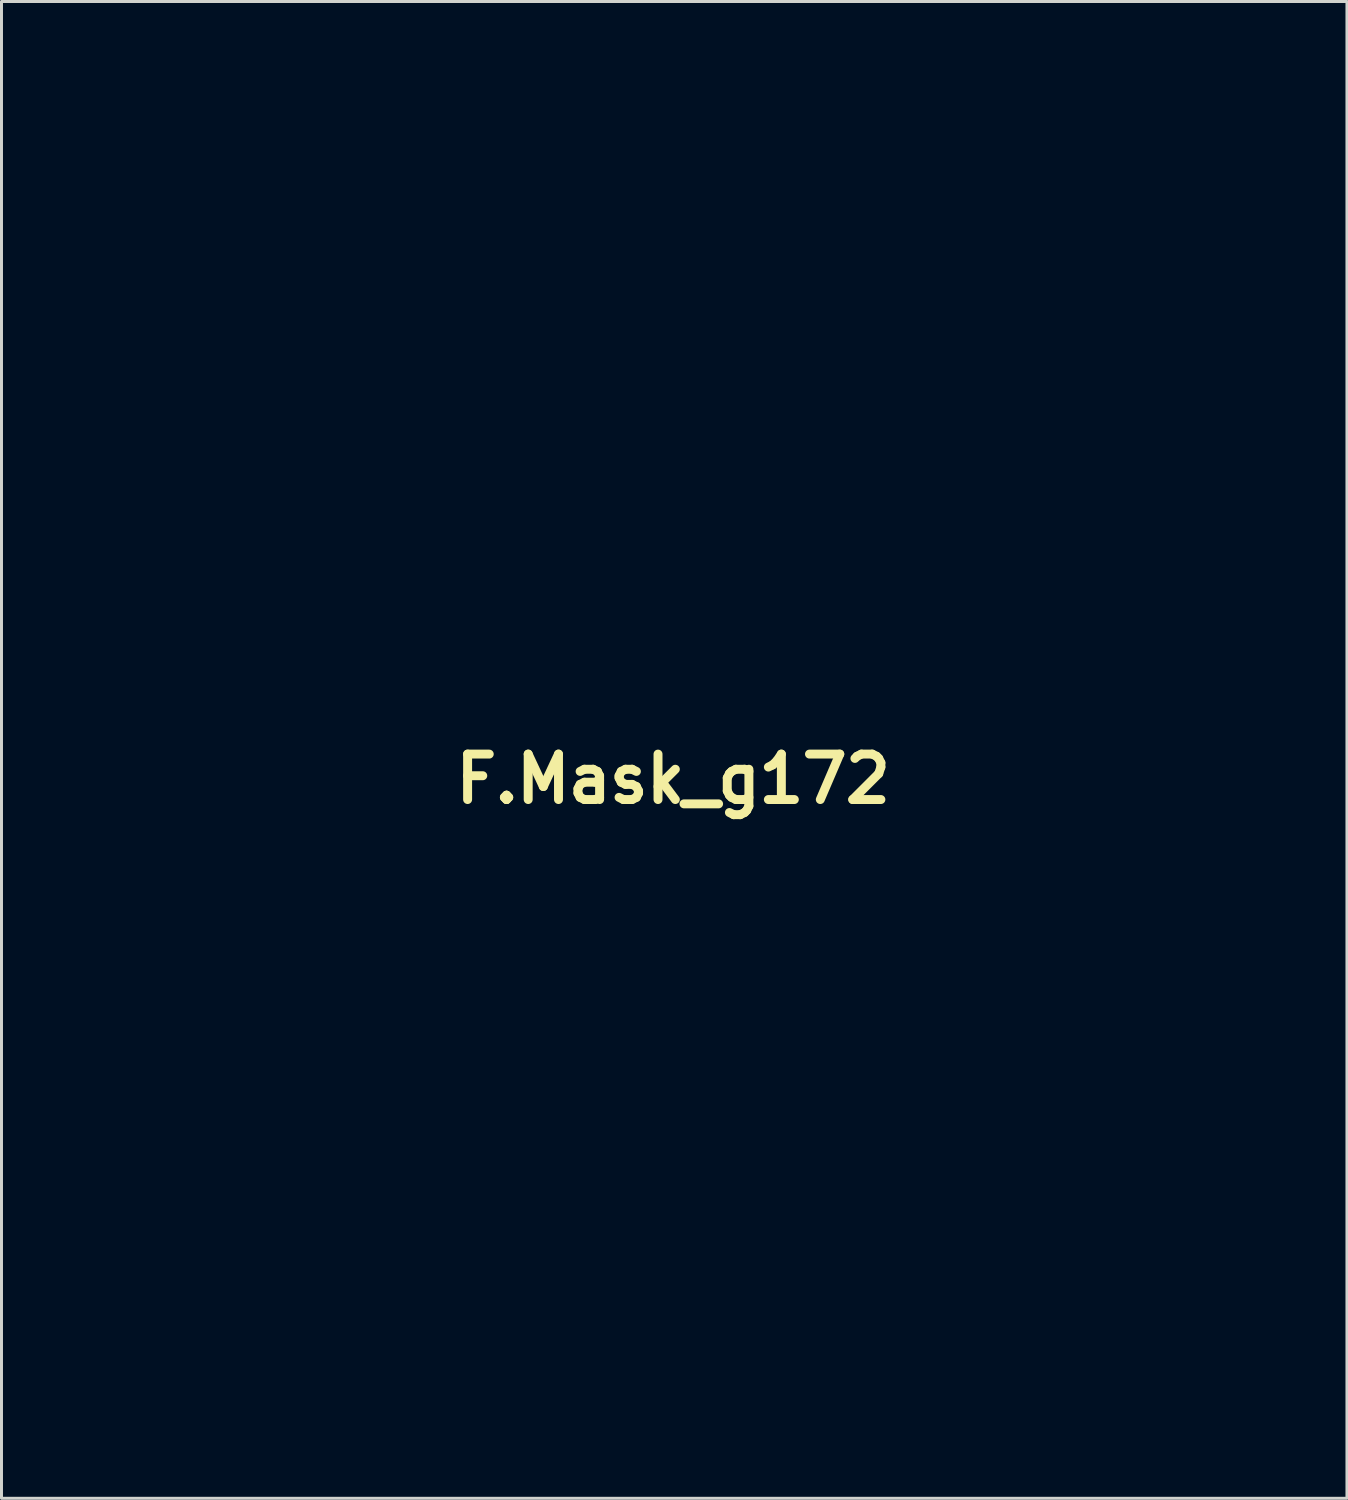
<source format=kicad_pcb>
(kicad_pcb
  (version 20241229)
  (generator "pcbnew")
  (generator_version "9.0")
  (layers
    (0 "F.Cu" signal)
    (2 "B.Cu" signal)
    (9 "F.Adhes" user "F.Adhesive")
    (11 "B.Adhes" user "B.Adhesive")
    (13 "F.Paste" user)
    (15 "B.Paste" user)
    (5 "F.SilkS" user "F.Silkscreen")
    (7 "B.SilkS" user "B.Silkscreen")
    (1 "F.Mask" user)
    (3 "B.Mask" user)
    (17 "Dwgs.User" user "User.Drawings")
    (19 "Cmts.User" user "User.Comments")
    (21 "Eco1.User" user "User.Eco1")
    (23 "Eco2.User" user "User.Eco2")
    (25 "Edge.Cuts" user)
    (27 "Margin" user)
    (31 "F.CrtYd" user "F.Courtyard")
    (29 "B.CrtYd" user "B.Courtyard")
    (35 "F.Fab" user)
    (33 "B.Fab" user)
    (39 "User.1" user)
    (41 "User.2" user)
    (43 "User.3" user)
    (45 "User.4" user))
  (footprint "F.Mask_g172"
    (layer "F.Cu")
    (at 19.528 23.077)
    (property "Reference" "F.Mask_g172" (at 0 0 0) (layer "F.SilkS") (effects (font (size 1.524 1.524) (thickness 0.3))))
    (attr through_hole)
    (fp_poly (pts (xy -2.523 3.422) (xy -2.449 3.468) (xy -2.349 3.549) (xy -2.477 3.6) (xy -2.623 3.646) (xy -2.766 3.672) (xy -2.883 3.675) (xy -2.953 3.655) (xy -2.963 3.634) (xy -2.94 3.557) (xy -2.897 3.481) (xy -2.799 3.407) (xy -2.665 3.387) (xy -2.523 3.422)) (stroke (width 0.01) (type solid)) (fill yes) (layer "F.Mask"))
    (fp_poly (pts (xy 4.933 -13.822) (xy 4.985 -13.723) (xy 5.004 -13.562) (xy 4.956 -13.422) (xy 4.883 -13.348) (xy 4.807 -13.311) (xy 4.75 -13.334) (xy 4.725 -13.357) (xy 4.669 -13.462) (xy 4.655 -13.598) (xy 4.682 -13.728) (xy 4.746 -13.816) (xy 4.852 -13.86) (xy 4.933 -13.822)) (stroke (width 0.01) (type solid)) (fill yes) (layer "F.Mask"))
    (fp_poly (pts (xy 1.468 -8.102) (xy 1.542 -8.027) (xy 1.583 -7.951) (xy 1.596 -7.834) (xy 1.563 -7.725) (xy 1.499 -7.639) (xy 1.419 -7.59) (xy 1.338 -7.592) (xy 1.273 -7.657) (xy 1.23 -7.819) (xy 1.265 -7.979) (xy 1.31 -8.049) (xy 1.379 -8.116) (xy 1.44 -8.117) (xy 1.468 -8.102)) (stroke (width 0.01) (type solid)) (fill yes) (layer "F.Mask"))
    (fp_poly (pts (xy 4.455 8.962) (xy 4.52 8.998) (xy 4.589 9.052) (xy 4.613 9.094) (xy 4.584 9.131) (xy 4.494 9.169) (xy 4.336 9.214) (xy 4.18 9.252) (xy 4.097 9.263) (xy 4.067 9.227) (xy 4.064 9.176) (xy 4.099 9.052) (xy 4.191 8.969) (xy 4.317 8.936) (xy 4.455 8.962)) (stroke (width 0.01) (type solid)) (fill yes) (layer "F.Mask"))
    (fp_poly (pts (xy 4.516 -8.102) (xy 4.59 -8.027) (xy 4.631 -7.951) (xy 4.644 -7.834) (xy 4.611 -7.725) (xy 4.547 -7.639) (xy 4.467 -7.59) (xy 4.386 -7.592) (xy 4.321 -7.657) (xy 4.278 -7.819) (xy 4.313 -7.979) (xy 4.358 -8.049) (xy 4.427 -8.116) (xy 4.488 -8.117) (xy 4.516 -8.102)) (stroke (width 0.01) (type solid)) (fill yes) (layer "F.Mask"))
    (fp_poly (pts (xy 6.792 -5.531) (xy 6.855 -5.448) (xy 6.859 -5.437) (xy 6.873 -5.324) (xy 6.84 -5.214) (xy 6.776 -5.126) (xy 6.696 -5.078) (xy 6.614 -5.089) (xy 6.59 -5.108) (xy 6.563 -5.185) (xy 6.57 -5.3) (xy 6.606 -5.415) (xy 6.628 -5.452) (xy 6.713 -5.532) (xy 6.792 -5.531)) (stroke (width 0.01) (type solid)) (fill yes) (layer "F.Mask"))
    (fp_poly (pts (xy 14.104 0.871) (xy 14.184 0.926) (xy 14.192 0.973) (xy 14.125 1.017) (xy 13.98 1.063) (xy 13.908 1.081) (xy 13.77 1.11) (xy 13.693 1.115) (xy 13.655 1.095) (xy 13.645 1.076) (xy 13.65 0.999) (xy 13.691 0.91) (xy 13.792 0.823) (xy 13.932 0.81) (xy 14.104 0.871)) (stroke (width 0.01) (type solid)) (fill yes) (layer "F.Mask"))
    (fp_poly (pts (xy 12.959 15.357) (xy 13.042 15.404) (xy 13.139 15.482) (xy 13.046 15.533) (xy 12.948 15.567) (xy 12.808 15.598) (xy 12.736 15.608) (xy 12.611 15.621) (xy 12.551 15.616) (xy 12.538 15.586) (xy 12.552 15.532) (xy 12.593 15.431) (xy 12.626 15.378) (xy 12.708 15.334) (xy 12.83 15.328) (xy 12.959 15.357)) (stroke (width 0.01) (type solid)) (fill yes) (layer "F.Mask"))
    (fp_poly (pts (xy -2.979 16.996) (xy -2.887 17.047) (xy -2.822 17.109) (xy -2.806 17.165) (xy -2.815 17.179) (xy -2.877 17.209) (xy -2.99 17.247) (xy -3.122 17.283) (xy -3.24 17.308) (xy -3.3 17.314) (xy -3.336 17.279) (xy -3.344 17.23) (xy -3.307 17.121) (xy -3.217 17.028) (xy -3.103 16.978) (xy -3.074 16.976) (xy -2.979 16.996)) (stroke (width 0.01) (type solid)) (fill yes) (layer "F.Mask"))
    (fp_poly (pts (xy -16.543 13.663) (xy -16.492 13.745) (xy -16.484 13.853) (xy -16.517 13.965) (xy -16.591 14.058) (xy -16.66 14.098) (xy -16.76 14.121) (xy -16.9 14.134) (xy -17.052 14.138) (xy -17.193 14.133) (xy -17.296 14.119) (xy -17.333 14.1) (xy -17.321 14.048) (xy -17.249 13.97) (xy -17.137 13.88) (xy -17.003 13.789) (xy -16.862 13.709) (xy -16.735 13.653) (xy -16.638 13.631) (xy -16.543 13.663)) (stroke (width 0.01) (type solid)) (fill yes) (layer "F.Mask"))
    (fp_poly (pts (xy 2.667 1.637) (xy 2.827 1.664) (xy 2.905 1.69) (xy 2.907 1.714) (xy 2.834 1.735) (xy 2.692 1.752) (xy 2.484 1.764) (xy 2.213 1.77) (xy 2.095 1.771) (xy 1.834 1.77) (xy 1.657 1.764) (xy 1.562 1.753) (xy 1.549 1.738) (xy 1.558 1.734) (xy 1.654 1.71) (xy 1.811 1.686) (xy 2.005 1.664) (xy 2.212 1.646) (xy 2.409 1.635) (xy 2.573 1.632) (xy 2.667 1.637)) (stroke (width 0.01) (type solid)) (fill yes) (layer "F.Mask"))
    (fp_poly (pts (xy -9.657 19.596) (xy -9.656 19.697) (xy -9.665 19.839) (xy -9.666 19.844) (xy -9.703 20.056) (xy -9.776 20.202) (xy -9.892 20.288) (xy -10.061 20.316) (xy -10.289 20.294) (xy -10.4 20.271) (xy -10.551 20.225) (xy -10.629 20.169) (xy -10.633 20.1) (xy -10.56 20.016) (xy -10.411 19.914) (xy -10.182 19.792) (xy -10.086 19.745) (xy -9.92 19.667) (xy -9.783 19.605) (xy -9.693 19.567) (xy -9.667 19.558) (xy -9.657 19.596)) (stroke (width 0.01) (type solid)) (fill yes) (layer "F.Mask"))
    (fp_poly (pts (xy 2.331 15.245) (xy 2.454 15.263) (xy 2.492 15.278) (xy 2.525 15.309) (xy 2.508 15.335) (xy 2.434 15.355) (xy 2.297 15.371) (xy 2.09 15.385) (xy 1.806 15.396) (xy 1.765 15.397) (xy 1.489 15.404) (xy 1.293 15.405) (xy 1.172 15.399) (xy 1.121 15.385) (xy 1.122 15.375) (xy 1.196 15.339) (xy 1.336 15.306) (xy 1.521 15.278) (xy 1.732 15.257) (xy 1.951 15.244) (xy 2.157 15.239) (xy 2.331 15.245)) (stroke (width 0.01) (type solid)) (fill yes) (layer "F.Mask"))
    (fp_poly (pts (xy 9.71 7.203) (xy 9.852 7.216) (xy 9.922 7.24) (xy 9.915 7.273) (xy 9.896 7.286) (xy 9.824 7.305) (xy 9.691 7.322) (xy 9.515 7.337) (xy 9.313 7.348) (xy 9.103 7.356) (xy 8.903 7.36) (xy 8.731 7.358) (xy 8.604 7.351) (xy 8.54 7.338) (xy 8.537 7.335) (xy 8.539 7.303) (xy 8.594 7.276) (xy 8.709 7.254) (xy 8.892 7.234) (xy 9.149 7.216) (xy 9.234 7.211) (xy 9.502 7.201) (xy 9.71 7.203)) (stroke (width 0.01) (type solid)) (fill yes) (layer "F.Mask"))
    (fp_poly (pts (xy 19.226 -0.926) (xy 19.364 -0.915) (xy 19.461 -0.899) (xy 19.507 -0.879) (xy 19.489 -0.855) (xy 19.42 -0.832) (xy 19.319 -0.817) (xy 19.161 -0.804) (xy 18.965 -0.794) (xy 18.754 -0.786) (xy 18.546 -0.783) (xy 18.363 -0.783) (xy 18.227 -0.789) (xy 18.161 -0.798) (xy 18.117 -0.818) (xy 18.13 -0.836) (xy 18.209 -0.858) (xy 18.334 -0.882) (xy 18.5 -0.905) (xy 18.685 -0.921) (xy 18.875 -0.929) (xy 19.059 -0.93) (xy 19.226 -0.926)) (stroke (width 0.01) (type solid)) (fill yes) (layer "F.Mask"))
    (fp_poly (pts (xy -2.247 11.587) (xy -2.256 11.699) (xy -2.279 11.841) (xy -2.311 11.985) (xy -2.347 12.107) (xy -2.381 12.178) (xy -2.384 12.181) (xy -2.472 12.226) (xy -2.611 12.254) (xy -2.769 12.261) (xy -2.879 12.249) (xy -3.084 12.201) (xy -3.207 12.146) (xy -3.252 12.082) (xy -3.221 12.006) (xy -3.186 11.969) (xy -3.114 11.919) (xy -2.993 11.851) (xy -2.841 11.773) (xy -2.677 11.693) (xy -2.518 11.62) (xy -2.383 11.564) (xy -2.29 11.531) (xy -2.258 11.529) (xy -2.247 11.587)) (stroke (width 0.01) (type solid)) (fill yes) (layer "F.Mask"))
    (fp_poly (pts (xy 7.317 3.431) (xy 7.323 3.526) (xy 7.323 3.543) (xy 7.31 3.71) (xy 7.275 3.871) (xy 7.227 3.999) (xy 7.185 4.055) (xy 7.064 4.106) (xy 6.882 4.123) (xy 6.657 4.102) (xy 6.647 4.101) (xy 6.505 4.067) (xy 6.392 4.024) (xy 6.35 3.997) (xy 6.314 3.945) (xy 6.333 3.898) (xy 6.392 3.845) (xy 6.484 3.783) (xy 6.628 3.7) (xy 6.799 3.608) (xy 6.974 3.52) (xy 7.128 3.45) (xy 7.228 3.411) (xy 7.29 3.399) (xy 7.317 3.431)) (stroke (width 0.01) (type solid)) (fill yes) (layer "F.Mask"))
    (fp_poly (pts (xy 18.104 13.591) (xy 18.262 13.597) (xy 18.371 13.61) (xy 18.415 13.628) (xy 18.415 13.629) (xy 18.378 13.663) (xy 18.288 13.69) (xy 18.277 13.691) (xy 18.132 13.708) (xy 17.939 13.721) (xy 17.723 13.73) (xy 17.506 13.735) (xy 17.311 13.735) (xy 17.163 13.729) (xy 17.103 13.722) (xy 17.025 13.705) (xy 17.005 13.691) (xy 17.05 13.675) (xy 17.169 13.648) (xy 17.205 13.641) (xy 17.341 13.62) (xy 17.517 13.605) (xy 17.714 13.595) (xy 17.916 13.59) (xy 18.104 13.591)) (stroke (width 0.01) (type solid)) (fill yes) (layer "F.Mask"))
    (fp_poly (pts (xy -9.282 6.006) (xy -9.275 6.101) (xy -9.283 6.231) (xy -9.304 6.371) (xy -9.336 6.498) (xy -9.374 6.584) (xy -9.421 6.642) (xy -9.483 6.673) (xy -9.584 6.685) (xy -9.706 6.685) (xy -9.872 6.676) (xy -10.025 6.658) (xy -10.105 6.642) (xy -10.228 6.591) (xy -10.271 6.53) (xy -10.236 6.45) (xy -10.218 6.429) (xy -10.152 6.379) (xy -10.032 6.307) (xy -9.877 6.223) (xy -9.708 6.137) (xy -9.546 6.059) (xy -9.41 6) (xy -9.322 5.971) (xy -9.308 5.969) (xy -9.282 6.006)) (stroke (width 0.01) (type solid)) (fill yes) (layer "F.Mask"))
    (fp_poly (pts (xy 6.254 17.881) (xy 6.255 17.926) (xy 6.245 18.033) (xy 6.227 18.177) (xy 6.226 18.18) (xy 6.189 18.382) (xy 6.135 18.513) (xy 6.052 18.587) (xy 5.924 18.619) (xy 5.783 18.623) (xy 5.616 18.614) (xy 5.461 18.595) (xy 5.384 18.579) (xy 5.287 18.538) (xy 5.255 18.482) (xy 5.257 18.445) (xy 5.281 18.395) (xy 5.346 18.337) (xy 5.462 18.264) (xy 5.64 18.168) (xy 5.756 18.11) (xy 5.938 18.02) (xy 6.092 17.948) (xy 6.201 17.899) (xy 6.252 17.881) (xy 6.254 17.881)) (stroke (width 0.01) (type solid)) (fill yes) (layer "F.Mask"))
    (fp_poly (pts (xy 6.921 -7.734) (xy 6.935 -7.718) (xy 6.954 -7.689) (xy 6.967 -7.654) (xy 6.974 -7.601) (xy 6.976 -7.519) (xy 6.971 -7.4) (xy 6.959 -7.231) (xy 6.941 -7.003) (xy 6.915 -6.706) (xy 6.903 -6.569) (xy 6.878 -6.337) (xy 6.849 -6.178) (xy 6.812 -6.079) (xy 6.791 -6.05) (xy 6.695 -5.978) (xy 6.611 -5.981) (xy 6.59 -5.997) (xy 6.574 -6.057) (xy 6.568 -6.184) (xy 6.569 -6.362) (xy 6.578 -6.575) (xy 6.591 -6.805) (xy 6.61 -7.038) (xy 6.632 -7.255) (xy 6.656 -7.44) (xy 6.682 -7.578) (xy 6.696 -7.628) (xy 6.761 -7.734) (xy 6.842 -7.771) (xy 6.921 -7.734)) (stroke (width 0.01) (type solid)) (fill yes) (layer "F.Mask"))
    (fp_poly (pts (xy 4.467 -7.267) (xy 4.528 -7.199) (xy 4.542 -7.131) (xy 4.554 -6.993) (xy 4.563 -6.801) (xy 4.568 -6.572) (xy 4.571 -6.321) (xy 4.571 -6.063) (xy 4.568 -5.815) (xy 4.562 -5.591) (xy 4.554 -5.408) (xy 4.542 -5.281) (xy 4.532 -5.233) (xy 4.468 -5.13) (xy 4.384 -5.072) (xy 4.303 -5.075) (xy 4.282 -5.09) (xy 4.264 -5.143) (xy 4.251 -5.262) (xy 4.241 -5.453) (xy 4.236 -5.719) (xy 4.233 -6.065) (xy 4.233 -6.116) (xy 4.234 -6.439) (xy 4.237 -6.688) (xy 4.243 -6.874) (xy 4.252 -7.007) (xy 4.265 -7.098) (xy 4.283 -7.158) (xy 4.299 -7.187) (xy 4.385 -7.268) (xy 4.467 -7.267)) (stroke (width 0.01) (type solid)) (fill yes) (layer "F.Mask"))
    (fp_poly (pts (xy -12.501 -19.362) (xy -12.265 -19.32) (xy -12.097 -19.255) (xy -11.991 -19.164) (xy -11.943 -19.047) (xy -11.939 -18.99) (xy -11.949 -18.881) (xy -11.97 -18.811) (xy -12.022 -18.791) (xy -12.147 -18.766) (xy -12.336 -18.737) (xy -12.579 -18.706) (xy -12.864 -18.675) (xy -12.878 -18.673) (xy -13.144 -18.645) (xy -13.385 -18.618) (xy -13.585 -18.594) (xy -13.732 -18.574) (xy -13.812 -18.56) (xy -13.82 -18.558) (xy -13.853 -18.557) (xy -13.873 -18.594) (xy -13.882 -18.685) (xy -13.885 -18.845) (xy -13.885 -18.868) (xy -13.883 -19.052) (xy -13.869 -19.184) (xy -13.831 -19.274) (xy -13.757 -19.329) (xy -13.634 -19.359) (xy -13.451 -19.374) (xy -13.196 -19.381) (xy -12.81 -19.382) (xy -12.501 -19.362)) (stroke (width 0.01) (type solid)) (fill yes) (layer "F.Mask"))
    (fp_poly (pts (xy 1.489 -7.233) (xy 1.498 -7.214) (xy 1.506 -7.154) (xy 1.512 -7.022) (xy 1.518 -6.832) (xy 1.522 -6.596) (xy 1.524 -6.329) (xy 1.524 -6.204) (xy 1.524 -5.896) (xy 1.522 -5.662) (xy 1.517 -5.489) (xy 1.51 -5.365) (xy 1.498 -5.28) (xy 1.48 -5.221) (xy 1.456 -5.176) (xy 1.436 -5.149) (xy 1.359 -5.063) (xy 1.302 -5.043) (xy 1.243 -5.082) (xy 1.236 -5.088) (xy 1.218 -5.135) (xy 1.204 -5.239) (xy 1.195 -5.407) (xy 1.188 -5.644) (xy 1.186 -5.957) (xy 1.185 -6.116) (xy 1.186 -6.439) (xy 1.189 -6.688) (xy 1.195 -6.874) (xy 1.204 -7.007) (xy 1.217 -7.098) (xy 1.235 -7.158) (xy 1.251 -7.187) (xy 1.334 -7.261) (xy 1.422 -7.277) (xy 1.489 -7.233)) (stroke (width 0.01) (type solid)) (fill yes) (layer "F.Mask"))
    (fp_poly (pts (xy 4.863 -13.01) (xy 4.88 -12.975) (xy 4.892 -12.91) (xy 4.901 -12.807) (xy 4.906 -12.654) (xy 4.909 -12.442) (xy 4.911 -12.161) (xy 4.911 -11.967) (xy 4.91 -11.643) (xy 4.908 -11.393) (xy 4.904 -11.206) (xy 4.898 -11.073) (xy 4.887 -10.982) (xy 4.873 -10.923) (xy 4.853 -10.886) (xy 4.833 -10.865) (xy 4.73 -10.8) (xy 4.651 -10.816) (xy 4.643 -10.823) (xy 4.635 -10.872) (xy 4.628 -10.993) (xy 4.622 -11.175) (xy 4.617 -11.405) (xy 4.615 -11.671) (xy 4.614 -11.856) (xy 4.615 -12.176) (xy 4.617 -12.423) (xy 4.621 -12.607) (xy 4.629 -12.739) (xy 4.64 -12.831) (xy 4.656 -12.892) (xy 4.677 -12.935) (xy 4.692 -12.956) (xy 4.779 -13.025) (xy 4.841 -13.026) (xy 4.863 -13.01)) (stroke (width 0.01) (type solid)) (fill yes) (layer "F.Mask"))
    (fp_poly (pts (xy 3.471 -18.634) (xy 3.652 -18.54) (xy 3.813 -18.404) (xy 3.899 -18.295) (xy 3.999 -18.064) (xy 4.028 -17.814) (xy 3.994 -17.558) (xy 3.904 -17.309) (xy 3.766 -17.081) (xy 3.586 -16.887) (xy 3.374 -16.74) (xy 3.135 -16.654) (xy 2.971 -16.637) (xy 2.824 -16.645) (xy 2.726 -16.676) (xy 2.64 -16.743) (xy 2.627 -16.755) (xy 2.52 -16.917) (xy 2.456 -17.132) (xy 2.434 -17.383) (xy 2.449 -17.606) (xy 2.761 -17.606) (xy 2.765 -17.38) (xy 2.822 -17.215) (xy 2.923 -17.115) (xy 3.063 -17.085) (xy 3.232 -17.129) (xy 3.38 -17.219) (xy 3.546 -17.379) (xy 3.648 -17.555) (xy 3.684 -17.734) (xy 3.651 -17.902) (xy 3.557 -18.033) (xy 3.45 -18.115) (xy 3.345 -18.166) (xy 3.328 -18.17) (xy 3.162 -18.162) (xy 3.009 -18.083) (xy 2.882 -17.946) (xy 2.793 -17.764) (xy 2.761 -17.606) (xy 2.449 -17.606) (xy 2.452 -17.65) (xy 2.509 -17.916) (xy 2.603 -18.162) (xy 2.734 -18.369) (xy 2.743 -18.379) (xy 2.875 -18.498) (xy 3.044 -18.596) (xy 3.215 -18.657) (xy 3.299 -18.668) (xy 3.471 -18.634)) (stroke (width 0.01) (type solid)) (fill yes) (layer "F.Mask"))
    (fp_poly (pts (xy 2.207 -12.931) (xy 2.34 -12.872) (xy 2.474 -12.782) (xy 2.585 -12.682) (xy 2.648 -12.593) (xy 2.651 -12.583) (xy 2.647 -12.476) (xy 2.597 -12.369) (xy 2.52 -12.294) (xy 2.464 -12.277) (xy 2.385 -12.299) (xy 2.275 -12.357) (xy 2.235 -12.383) (xy 2.129 -12.447) (xy 2.047 -12.485) (xy 2.029 -12.488) (xy 1.915 -12.453) (xy 1.788 -12.359) (xy 1.669 -12.224) (xy 1.59 -12.097) (xy 1.508 -11.894) (xy 1.486 -11.719) (xy 1.523 -11.545) (xy 1.543 -11.492) (xy 1.584 -11.407) (xy 1.632 -11.363) (xy 1.716 -11.348) (xy 1.829 -11.346) (xy 2.109 -11.387) (xy 2.283 -11.453) (xy 2.415 -11.507) (xy 2.521 -11.537) (xy 2.569 -11.539) (xy 2.616 -11.481) (xy 2.625 -11.379) (xy 2.601 -11.263) (xy 2.547 -11.164) (xy 2.529 -11.146) (xy 2.359 -11.021) (xy 2.16 -10.941) (xy 1.91 -10.897) (xy 1.793 -10.888) (xy 1.447 -10.869) (xy 1.338 -11.034) (xy 1.218 -11.29) (xy 1.168 -11.576) (xy 1.185 -11.877) (xy 1.269 -12.18) (xy 1.417 -12.471) (xy 1.567 -12.669) (xy 1.729 -12.813) (xy 1.911 -12.908) (xy 2.091 -12.946) (xy 2.207 -12.931)) (stroke (width 0.01) (type solid)) (fill yes) (layer "F.Mask"))
    (fp_poly (pts (xy -1.15 -13.817) (xy -1.148 -13.816) (xy -1.03 -13.76) (xy -0.969 -13.706) (xy -0.945 -13.627) (xy -0.939 -13.579) (xy -0.946 -13.437) (xy -0.982 -13.322) (xy -1.04 -13.257) (xy -1.067 -13.25) (xy -1.136 -13.276) (xy -1.182 -13.309) (xy -1.271 -13.36) (xy -1.381 -13.396) (xy -1.451 -13.407) (xy -1.498 -13.396) (xy -1.53 -13.347) (xy -1.555 -13.246) (xy -1.582 -13.079) (xy -1.589 -13.028) (xy -1.618 -12.827) (xy -1.262 -12.827) (xy -1.057 -12.822) (xy -0.923 -12.801) (xy -0.845 -12.759) (xy -0.811 -12.689) (xy -0.804 -12.613) (xy -0.825 -12.5) (xy -0.893 -12.424) (xy -1.02 -12.38) (xy -1.216 -12.362) (xy -1.287 -12.361) (xy -1.614 -12.361) (xy -1.604 -11.642) (xy -1.602 -11.375) (xy -1.603 -11.18) (xy -1.608 -11.043) (xy -1.619 -10.951) (xy -1.637 -10.89) (xy -1.663 -10.848) (xy -1.672 -10.838) (xy -1.75 -10.767) (xy -1.808 -10.764) (xy -1.863 -10.817) (xy -1.888 -10.89) (xy -1.909 -11.047) (xy -1.928 -11.288) (xy -1.942 -11.61) (xy -1.968 -12.34) (xy -2.138 -12.361) (xy -2.248 -12.382) (xy -2.299 -12.421) (xy -2.319 -12.504) (xy -2.321 -12.524) (xy -2.302 -12.675) (xy -2.221 -12.78) (xy -2.091 -12.826) (xy -2.07 -12.827) (xy -1.989 -12.838) (xy -1.948 -12.887) (xy -1.925 -12.986) (xy -1.871 -13.283) (xy -1.816 -13.506) (xy -1.756 -13.665) (xy -1.685 -13.772) (xy -1.598 -13.836) (xy -1.5 -13.868) (xy -1.336 -13.871) (xy -1.15 -13.817)) (stroke (width 0.01) (type solid)) (fill yes) (layer "F.Mask"))
    (fp_poly (pts (xy 0.819 -18.728) (xy 0.851 -18.706) (xy 0.883 -18.655) (xy 0.922 -18.563) (xy 0.971 -18.418) (xy 1.038 -18.209) (xy 1.073 -18.098) (xy 1.136 -17.906) (xy 1.203 -17.715) (xy 1.263 -17.562) (xy 1.269 -17.549) (xy 1.359 -17.339) (xy 1.589 -17.845) (xy 1.712 -18.115) (xy 1.807 -18.317) (xy 1.879 -18.463) (xy 1.935 -18.563) (xy 1.979 -18.628) (xy 2.019 -18.668) (xy 2.045 -18.687) (xy 2.116 -18.707) (xy 2.177 -18.658) (xy 2.183 -18.65) (xy 2.209 -18.613) (xy 2.225 -18.575) (xy 2.227 -18.528) (xy 2.212 -18.459) (xy 2.177 -18.359) (xy 2.118 -18.218) (xy 2.031 -18.024) (xy 1.914 -17.767) (xy 1.862 -17.653) (xy 1.726 -17.35) (xy 1.593 -17.043) (xy 1.469 -16.747) (xy 1.359 -16.473) (xy 1.269 -16.235) (xy 1.202 -16.047) (xy 1.166 -15.922) (xy 1.165 -15.917) (xy 1.114 -15.75) (xy 1.045 -15.636) (xy 0.968 -15.585) (xy 0.893 -15.604) (xy 0.846 -15.664) (xy 0.821 -15.771) (xy 0.836 -15.927) (xy 0.894 -16.139) (xy 0.984 -16.383) (xy 1.044 -16.547) (xy 1.088 -16.694) (xy 1.108 -16.795) (xy 1.109 -16.807) (xy 1.093 -16.887) (xy 1.052 -17.026) (xy 0.992 -17.204) (xy 0.92 -17.4) (xy 0.837 -17.625) (xy 0.757 -17.858) (xy 0.69 -18.067) (xy 0.654 -18.196) (xy 0.615 -18.36) (xy 0.598 -18.466) (xy 0.604 -18.54) (xy 0.631 -18.606) (xy 0.638 -18.619) (xy 0.708 -18.7) (xy 0.783 -18.733) (xy 0.819 -18.728)) (stroke (width 0.01) (type solid)) (fill yes) (layer "F.Mask"))
    (fp_poly (pts (xy 4.717 -18.782) (xy 4.767 -18.72) (xy 4.782 -18.596) (xy 4.762 -18.426) (xy 4.706 -18.224) (xy 4.691 -18.181) (xy 4.627 -17.954) (xy 4.599 -17.7) (xy 4.595 -17.58) (xy 4.596 -17.405) (xy 4.606 -17.29) (xy 4.63 -17.214) (xy 4.674 -17.153) (xy 4.707 -17.118) (xy 4.853 -17.027) (xy 5.031 -17) (xy 5.215 -17.037) (xy 5.328 -17.098) (xy 5.461 -17.193) (xy 5.461 -17.866) (xy 5.464 -18.152) (xy 5.474 -18.383) (xy 5.489 -18.55) (xy 5.509 -18.643) (xy 5.51 -18.645) (xy 5.577 -18.737) (xy 5.662 -18.783) (xy 5.738 -18.772) (xy 5.762 -18.748) (xy 5.772 -18.69) (xy 5.782 -18.561) (xy 5.789 -18.373) (xy 5.795 -18.138) (xy 5.798 -17.869) (xy 5.799 -17.715) (xy 5.798 -17.393) (xy 5.796 -17.144) (xy 5.79 -16.959) (xy 5.781 -16.826) (xy 5.768 -16.735) (xy 5.75 -16.676) (xy 5.734 -16.646) (xy 5.649 -16.571) (xy 5.561 -16.558) (xy 5.494 -16.61) (xy 5.482 -16.638) (xy 5.459 -16.693) (xy 5.425 -16.697) (xy 5.352 -16.65) (xy 5.342 -16.643) (xy 5.157 -16.559) (xy 4.943 -16.533) (xy 4.735 -16.568) (xy 4.728 -16.57) (xy 4.54 -16.659) (xy 4.406 -16.777) (xy 4.318 -16.937) (xy 4.271 -17.151) (xy 4.257 -17.433) (xy 4.257 -17.441) (xy 4.265 -17.688) (xy 4.293 -17.902) (xy 4.346 -18.129) (xy 4.38 -18.246) (xy 4.463 -18.495) (xy 4.54 -18.665) (xy 4.614 -18.761) (xy 4.688 -18.789) (xy 4.717 -18.782)) (stroke (width 0.01) (type solid)) (fill yes) (layer "F.Mask"))
    (fp_poly (pts (xy 5.557 -7.87) (xy 5.578 -7.797) (xy 5.587 -7.665) (xy 5.588 -7.559) (xy 5.588 -7.241) (xy 5.715 -7.261) (xy 5.855 -7.283) (xy 5.963 -7.3) (xy 6.09 -7.292) (xy 6.162 -7.22) (xy 6.181 -7.11) (xy 6.142 -6.979) (xy 6.031 -6.882) (xy 5.856 -6.824) (xy 5.808 -6.817) (xy 5.687 -6.799) (xy 5.625 -6.767) (xy 5.595 -6.698) (xy 5.58 -6.625) (xy 5.565 -6.494) (xy 5.554 -6.321) (xy 5.549 -6.132) (xy 5.55 -5.95) (xy 5.556 -5.8) (xy 5.569 -5.706) (xy 5.571 -5.697) (xy 5.611 -5.657) (xy 5.701 -5.636) (xy 5.844 -5.63) (xy 5.981 -5.637) (xy 6.082 -5.654) (xy 6.117 -5.673) (xy 6.177 -5.708) (xy 6.225 -5.715) (xy 6.3 -5.682) (xy 6.335 -5.599) (xy 6.331 -5.488) (xy 6.291 -5.371) (xy 6.217 -5.27) (xy 6.172 -5.235) (xy 6.045 -5.186) (xy 5.87 -5.155) (xy 5.681 -5.146) (xy 5.515 -5.163) (xy 5.505 -5.165) (xy 5.391 -5.208) (xy 5.311 -5.266) (xy 5.308 -5.27) (xy 5.257 -5.393) (xy 5.226 -5.591) (xy 5.215 -5.86) (xy 5.224 -6.191) (xy 5.227 -6.247) (xy 5.257 -6.726) (xy 5.073 -6.739) (xy 4.958 -6.752) (xy 4.902 -6.783) (xy 4.881 -6.849) (xy 4.876 -6.888) (xy 4.886 -7.053) (xy 4.952 -7.156) (xy 5.076 -7.196) (xy 5.097 -7.197) (xy 5.238 -7.197) (xy 5.26 -7.477) (xy 5.293 -7.678) (xy 5.351 -7.821) (xy 5.429 -7.899) (xy 5.521 -7.902) (xy 5.557 -7.87)) (stroke (width 0.01) (type solid)) (fill yes) (layer "F.Mask"))
    (fp_poly (pts (xy -0.112 -13.026) (xy -0.062 -12.981) (xy -0.046 -12.892) (xy -0.064 -12.749) (xy -0.116 -12.543) (xy -0.153 -12.421) (xy -0.214 -12.205) (xy -0.244 -12.026) (xy -0.25 -11.847) (xy -0.247 -11.764) (xy -0.234 -11.599) (xy -0.212 -11.494) (xy -0.173 -11.422) (xy -0.112 -11.361) (xy 0.047 -11.276) (xy 0.23 -11.262) (xy 0.414 -11.318) (xy 0.493 -11.369) (xy 0.635 -11.477) (xy 0.635 -12.164) (xy 0.637 -12.435) (xy 0.642 -12.634) (xy 0.652 -12.774) (xy 0.668 -12.868) (xy 0.691 -12.929) (xy 0.701 -12.945) (xy 0.784 -13.018) (xy 0.872 -13.035) (xy 0.939 -12.991) (xy 0.948 -12.972) (xy 0.955 -12.911) (xy 0.962 -12.779) (xy 0.968 -12.589) (xy 0.971 -12.354) (xy 0.973 -12.088) (xy 0.974 -11.975) (xy 0.973 -11.655) (xy 0.969 -11.409) (xy 0.962 -11.225) (xy 0.952 -11.092) (xy 0.936 -10.999) (xy 0.916 -10.934) (xy 0.908 -10.917) (xy 0.831 -10.823) (xy 0.748 -10.81) (xy 0.672 -10.878) (xy 0.656 -10.907) (xy 0.611 -10.997) (xy 0.494 -10.896) (xy 0.349 -10.821) (xy 0.162 -10.794) (xy -0.039 -10.815) (xy -0.218 -10.88) (xy -0.342 -10.972) (xy -0.453 -11.094) (xy -0.472 -11.122) (xy -0.516 -11.201) (xy -0.545 -11.282) (xy -0.561 -11.385) (xy -0.567 -11.53) (xy -0.567 -11.738) (xy -0.567 -11.748) (xy -0.561 -11.983) (xy -0.544 -12.167) (xy -0.513 -12.333) (xy -0.461 -12.515) (xy -0.436 -12.592) (xy -0.359 -12.805) (xy -0.291 -12.944) (xy -0.225 -13.018) (xy -0.156 -13.036) (xy -0.112 -13.026)) (stroke (width 0.01) (type solid)) (fill yes) (layer "F.Mask"))
    (fp_poly (pts (xy 5.55 -12.99) (xy 5.573 -12.914) (xy 5.586 -12.793) (xy 5.587 -12.753) (xy 5.591 -12.643) (xy 5.6 -12.579) (xy 5.605 -12.573) (xy 5.648 -12.59) (xy 5.749 -12.635) (xy 5.888 -12.7) (xy 5.941 -12.725) (xy 6.194 -12.834) (xy 6.39 -12.891) (xy 6.541 -12.899) (xy 6.656 -12.859) (xy 6.684 -12.84) (xy 6.737 -12.782) (xy 6.774 -12.701) (xy 6.8 -12.573) (xy 6.818 -12.423) (xy 6.838 -12.175) (xy 6.85 -11.906) (xy 6.853 -11.639) (xy 6.848 -11.395) (xy 6.835 -11.194) (xy 6.817 -11.071) (xy 6.775 -10.95) (xy 6.718 -10.862) (xy 6.705 -10.85) (xy 6.648 -10.818) (xy 6.605 -10.82) (xy 6.572 -10.866) (xy 6.549 -10.963) (xy 6.532 -11.12) (xy 6.521 -11.345) (xy 6.512 -11.641) (xy 6.505 -11.886) (xy 6.496 -12.102) (xy 6.486 -12.273) (xy 6.476 -12.386) (xy 6.467 -12.427) (xy 6.407 -12.435) (xy 6.294 -12.411) (xy 6.147 -12.363) (xy 5.99 -12.299) (xy 5.844 -12.225) (xy 5.773 -12.182) (xy 5.567 -12.044) (xy 5.546 -11.463) (xy 5.535 -11.217) (xy 5.522 -11.041) (xy 5.504 -10.921) (xy 5.48 -10.843) (xy 5.451 -10.796) (xy 5.367 -10.722) (xy 5.301 -10.727) (xy 5.25 -10.795) (xy 5.237 -10.863) (xy 5.228 -11) (xy 5.224 -11.192) (xy 5.224 -11.423) (xy 5.228 -11.678) (xy 5.234 -11.942) (xy 5.243 -12.2) (xy 5.255 -12.436) (xy 5.269 -12.636) (xy 5.284 -12.784) (xy 5.298 -12.857) (xy 5.353 -12.96) (xy 5.431 -13.021) (xy 5.508 -13.026) (xy 5.55 -12.99)) (stroke (width 0.01) (type solid)) (fill yes) (layer "F.Mask"))
    (fp_poly (pts (xy 0.953 -8.191) (xy 0.964 -6.731) (xy 0.967 -6.317) (xy 0.967 -5.98) (xy 0.965 -5.712) (xy 0.959 -5.503) (xy 0.949 -5.347) (xy 0.934 -5.234) (xy 0.913 -5.157) (xy 0.886 -5.108) (xy 0.852 -5.078) (xy 0.821 -5.063) (xy 0.749 -5.072) (xy 0.7 -5.106) (xy 0.647 -5.184) (xy 0.635 -5.229) (xy 0.623 -5.263) (xy 0.573 -5.258) (xy 0.49 -5.227) (xy 0.335 -5.179) (xy 0.147 -5.145) (xy -0.04 -5.128) (xy -0.193 -5.132) (xy -0.229 -5.139) (xy -0.322 -5.194) (xy -0.414 -5.318) (xy -0.452 -5.388) (xy -0.55 -5.665) (xy -0.573 -5.967) (xy -0.561 -6.046) (xy -0.244 -6.046) (xy -0.233 -5.854) (xy -0.165 -5.695) (xy -0.141 -5.665) (xy -0.075 -5.611) (xy 0.012 -5.594) (xy 0.133 -5.602) (xy 0.293 -5.632) (xy 0.448 -5.676) (xy 0.482 -5.689) (xy 0.635 -5.753) (xy 0.635 -6.147) (xy 0.634 -6.54) (xy 0.495 -6.636) (xy 0.346 -6.713) (xy 0.216 -6.718) (xy 0.082 -6.649) (xy 0.025 -6.602) (xy -0.111 -6.441) (xy -0.202 -6.248) (xy -0.244 -6.046) (xy -0.561 -6.046) (xy -0.526 -6.279) (xy -0.41 -6.589) (xy -0.226 -6.881) (xy -0.213 -6.899) (xy -0.052 -7.054) (xy 0.135 -7.156) (xy 0.326 -7.198) (xy 0.504 -7.175) (xy 0.553 -7.153) (xy 0.59 -7.138) (xy 0.614 -7.148) (xy 0.627 -7.199) (xy 0.633 -7.303) (xy 0.635 -7.475) (xy 0.635 -7.536) (xy 0.645 -7.815) (xy 0.675 -8.017) (xy 0.727 -8.144) (xy 0.802 -8.202) (xy 0.86 -8.205) (xy 0.953 -8.191)) (stroke (width 0.01) (type solid)) (fill yes) (layer "F.Mask"))
    (fp_poly (pts (xy 3.132 -13.907) (xy 3.147 -13.855) (xy 3.16 -13.726) (xy 3.169 -13.526) (xy 3.174 -13.262) (xy 3.175 -13.015) (xy 3.177 -12.733) (xy 3.182 -12.495) (xy 3.19 -12.312) (xy 3.201 -12.194) (xy 3.214 -12.15) (xy 3.214 -12.15) (xy 3.257 -12.179) (xy 3.343 -12.259) (xy 3.462 -12.378) (xy 3.599 -12.524) (xy 3.605 -12.531) (xy 3.775 -12.709) (xy 3.902 -12.827) (xy 3.996 -12.889) (xy 4.067 -12.903) (xy 4.125 -12.873) (xy 4.148 -12.849) (xy 4.182 -12.747) (xy 4.141 -12.611) (xy 4.024 -12.442) (xy 3.935 -12.342) (xy 3.832 -12.23) (xy 3.758 -12.14) (xy 3.726 -12.092) (xy 3.725 -12.09) (xy 3.749 -12.047) (xy 3.814 -11.95) (xy 3.912 -11.811) (xy 4.032 -11.645) (xy 4.064 -11.602) (xy 4.189 -11.426) (xy 4.294 -11.269) (xy 4.368 -11.146) (xy 4.402 -11.071) (xy 4.403 -11.063) (xy 4.375 -10.957) (xy 4.309 -10.859) (xy 4.228 -10.801) (xy 4.199 -10.796) (xy 4.147 -10.83) (xy 4.057 -10.923) (xy 3.937 -11.065) (xy 3.797 -11.246) (xy 3.769 -11.283) (xy 3.64 -11.457) (xy 3.53 -11.602) (xy 3.448 -11.709) (xy 3.403 -11.764) (xy 3.397 -11.769) (xy 3.356 -11.748) (xy 3.279 -11.7) (xy 3.226 -11.658) (xy 3.194 -11.603) (xy 3.179 -11.515) (xy 3.174 -11.37) (xy 3.174 -11.309) (xy 3.161 -11.085) (xy 3.125 -10.936) (xy 3.063 -10.856) (xy 2.992 -10.837) (xy 2.919 -10.871) (xy 2.88 -10.919) (xy 2.868 -10.985) (xy 2.857 -11.122) (xy 2.849 -11.318) (xy 2.843 -11.561) (xy 2.839 -11.838) (xy 2.837 -12.135) (xy 2.837 -12.44) (xy 2.839 -12.74) (xy 2.843 -13.023) (xy 2.849 -13.276) (xy 2.858 -13.486) (xy 2.868 -13.64) (xy 2.88 -13.724) (xy 2.939 -13.845) (xy 3.024 -13.914) (xy 3.115 -13.916) (xy 3.132 -13.907)) (stroke (width 0.01) (type solid)) (fill yes) (layer "F.Mask"))
    (fp_poly (pts (xy 3.315 -8.199) (xy 3.361 -8.146) (xy 3.367 -8.088) (xy 3.373 -7.957) (xy 3.378 -7.762) (xy 3.382 -7.514) (xy 3.385 -7.224) (xy 3.386 -6.903) (xy 3.387 -6.704) (xy 3.386 -6.311) (xy 3.384 -5.994) (xy 3.38 -5.744) (xy 3.374 -5.553) (xy 3.365 -5.412) (xy 3.353 -5.312) (xy 3.339 -5.245) (xy 3.325 -5.21) (xy 3.245 -5.099) (xy 3.162 -5.061) (xy 3.095 -5.092) (xy 3.053 -5.174) (xy 3.048 -5.211) (xy 3.042 -5.248) (xy 3.01 -5.26) (xy 2.936 -5.246) (xy 2.8 -5.206) (xy 2.79 -5.203) (xy 2.613 -5.158) (xy 2.43 -5.129) (xy 2.327 -5.122) (xy 2.194 -5.129) (xy 2.11 -5.161) (xy 2.039 -5.233) (xy 2.018 -5.26) (xy 1.9 -5.465) (xy 1.837 -5.698) (xy 1.829 -5.905) (xy 2.15 -5.905) (xy 2.199 -5.729) (xy 2.219 -5.693) (xy 2.271 -5.625) (xy 2.33 -5.595) (xy 2.425 -5.592) (xy 2.513 -5.6) (xy 2.678 -5.629) (xy 2.838 -5.676) (xy 2.89 -5.698) (xy 3.048 -5.773) (xy 3.048 -6.144) (xy 3.047 -6.322) (xy 3.04 -6.437) (xy 3.02 -6.51) (xy 2.981 -6.562) (xy 2.917 -6.615) (xy 2.906 -6.623) (xy 2.753 -6.711) (xy 2.613 -6.721) (xy 2.466 -6.654) (xy 2.45 -6.643) (xy 2.313 -6.502) (xy 2.213 -6.316) (xy 2.156 -6.109) (xy 2.15 -5.905) (xy 1.829 -5.905) (xy 1.827 -5.978) (xy 1.829 -6.029) (xy 1.88 -6.324) (xy 1.987 -6.604) (xy 2.14 -6.851) (xy 2.328 -7.046) (xy 2.464 -7.137) (xy 2.612 -7.183) (xy 2.782 -7.194) (xy 2.933 -7.168) (xy 2.966 -7.153) (xy 3.001 -7.138) (xy 3.025 -7.148) (xy 3.039 -7.195) (xy 3.045 -7.292) (xy 3.048 -7.453) (xy 3.048 -7.591) (xy 3.05 -7.806) (xy 3.057 -7.952) (xy 3.071 -8.047) (xy 3.095 -8.107) (xy 3.125 -8.143) (xy 3.228 -8.204) (xy 3.315 -8.199)) (stroke (width 0.01) (type solid)) (fill yes) (layer "F.Mask"))
    (fp_poly (pts (xy -8.987 -23.034) (xy -8.926 -22.928) (xy -8.845 -22.765) (xy -8.751 -22.558) (xy -8.648 -22.318) (xy -8.54 -22.056) (xy -8.433 -21.784) (xy -8.332 -21.514) (xy -8.24 -21.258) (xy -8.164 -21.026) (xy -8.135 -20.931) (xy -8.059 -20.639) (xy -7.985 -20.302) (xy -7.917 -19.94) (xy -7.859 -19.575) (xy -7.813 -19.229) (xy -7.784 -18.922) (xy -7.774 -18.69) (xy -7.777 -18.392) (xy -7.787 -18.108) (xy -7.801 -17.85) (xy -7.82 -17.631) (xy -7.841 -17.461) (xy -7.865 -17.353) (xy -7.889 -17.319) (xy -7.947 -17.336) (xy -8.064 -17.378) (xy -8.219 -17.438) (xy -8.319 -17.477) (xy -8.521 -17.566) (xy -8.761 -17.682) (xy -9.002 -17.805) (xy -9.14 -17.881) (xy -9.437 -18.041) (xy -9.681 -18.151) (xy -9.884 -18.218) (xy -10.059 -18.245) (xy -10.1 -18.246) (xy -10.287 -18.264) (xy -10.402 -18.321) (xy -10.453 -18.42) (xy -10.456 -18.467) (xy -10.432 -18.678) (xy -10.357 -18.898) (xy -10.223 -19.143) (xy -10.154 -19.249) (xy -9.946 -19.558) (xy -10.071 -19.558) (xy -10.143 -19.546) (xy -10.22 -19.503) (xy -10.317 -19.417) (xy -10.448 -19.276) (xy -10.464 -19.258) (xy -10.585 -19.131) (xy -10.732 -18.991) (xy -10.888 -18.852) (xy -11.039 -18.725) (xy -11.171 -18.623) (xy -11.268 -18.558) (xy -11.309 -18.542) (xy -11.33 -18.58) (xy -11.357 -18.679) (xy -11.382 -18.802) (xy -11.417 -18.956) (xy -11.46 -19.087) (xy -11.492 -19.151) (xy -11.57 -19.259) (xy -11.624 -19.334) (xy -11.681 -19.442) (xy -11.725 -19.573) (xy -11.726 -19.577) (xy -11.735 -19.637) (xy -11.731 -19.698) (xy -11.707 -19.774) (xy -11.658 -19.876) (xy -11.578 -20.019) (xy -11.462 -20.214) (xy -11.391 -20.33) (xy -11.09 -20.818) (xy -10.82 -21.239) (xy -10.577 -21.599) (xy -10.355 -21.905) (xy -10.148 -22.167) (xy -9.951 -22.39) (xy -9.757 -22.583) (xy -9.596 -22.725) (xy -9.442 -22.844) (xy -9.286 -22.949) (xy -9.147 -23.028) (xy -9.046 -23.069) (xy -9.025 -23.072) (xy -8.987 -23.034)) (stroke (width 0.01) (type solid)) (fill yes) (layer "F.Mask"))
    (fp_poly (pts (xy 8.665 -12.932) (xy 8.695 -12.887) (xy 8.706 -12.815) (xy 8.713 -12.672) (xy 8.717 -12.474) (xy 8.719 -12.234) (xy 8.717 -11.968) (xy 8.712 -11.689) (xy 8.704 -11.412) (xy 8.694 -11.151) (xy 8.681 -10.921) (xy 8.681 -10.911) (xy 8.657 -10.632) (xy 8.625 -10.423) (xy 8.579 -10.27) (xy 8.512 -10.159) (xy 8.42 -10.075) (xy 8.297 -10.005) (xy 8.135 -9.942) (xy 7.969 -9.898) (xy 7.829 -9.881) (xy 7.768 -9.887) (xy 7.701 -9.901) (xy 7.59 -9.922) (xy 7.565 -9.926) (xy 7.435 -9.966) (xy 7.331 -10.027) (xy 7.321 -10.035) (xy 7.253 -10.155) (xy 7.247 -10.292) (xy 7.303 -10.414) (xy 7.322 -10.434) (xy 7.383 -10.48) (xy 7.441 -10.485) (xy 7.531 -10.45) (xy 7.554 -10.439) (xy 7.684 -10.398) (xy 7.85 -10.371) (xy 7.945 -10.366) (xy 8.134 -10.382) (xy 8.255 -10.443) (xy 8.32 -10.559) (xy 8.34 -10.738) (xy 8.337 -10.851) (xy 8.32 -10.897) (xy 8.281 -10.892) (xy 8.253 -10.879) (xy 8.135 -10.841) (xy 7.964 -10.815) (xy 7.772 -10.804) (xy 7.59 -10.809) (xy 7.449 -10.831) (xy 7.438 -10.835) (xy 7.257 -10.937) (xy 7.122 -11.1) (xy 7.049 -11.307) (xy 7.047 -11.322) (xy 7.042 -11.512) (xy 7.048 -11.561) (xy 7.366 -11.561) (xy 7.406 -11.427) (xy 7.515 -11.32) (xy 7.578 -11.288) (xy 7.667 -11.274) (xy 7.809 -11.274) (xy 7.974 -11.286) (xy 8.132 -11.307) (xy 8.252 -11.335) (xy 8.266 -11.34) (xy 8.382 -11.386) (xy 8.382 -12.353) (xy 8.249 -12.4) (xy 8.113 -12.431) (xy 7.961 -12.446) (xy 7.947 -12.446) (xy 7.775 -12.406) (xy 7.623 -12.295) (xy 7.499 -12.124) (xy 7.412 -11.905) (xy 7.369 -11.652) (xy 7.366 -11.561) (xy 7.048 -11.561) (xy 7.07 -11.748) (xy 7.125 -12.001) (xy 7.201 -12.242) (xy 7.27 -12.402) (xy 7.43 -12.632) (xy 7.634 -12.797) (xy 7.873 -12.891) (xy 8.133 -12.909) (xy 8.307 -12.878) (xy 8.422 -12.856) (xy 8.489 -12.872) (xy 8.512 -12.894) (xy 8.592 -12.949) (xy 8.665 -12.932)) (stroke (width 0.01) (type solid)) (fill yes) (layer "F.Mask"))
    (fp_poly (pts (xy -17.016 -22.744) (xy -16.858 -22.639) (xy -16.659 -22.487) (xy -16.423 -22.29) (xy -16.156 -22.054) (xy -15.864 -21.782) (xy -15.551 -21.48) (xy -15.449 -21.379) (xy -15.192 -21.12) (xy -14.99 -20.906) (xy -14.833 -20.727) (xy -14.714 -20.569) (xy -14.624 -20.421) (xy -14.554 -20.272) (xy -14.498 -20.109) (xy -14.456 -19.96) (xy -14.409 -19.734) (xy -14.376 -19.49) (xy -14.36 -19.252) (xy -14.362 -19.044) (xy -14.384 -18.89) (xy -14.389 -18.873) (xy -14.477 -18.729) (xy -14.618 -18.644) (xy -14.731 -18.627) (xy -14.8 -18.654) (xy -14.906 -18.726) (xy -15.029 -18.827) (xy -15.037 -18.834) (xy -15.158 -18.935) (xy -15.314 -19.053) (xy -15.488 -19.176) (xy -15.666 -19.294) (xy -15.831 -19.396) (xy -15.966 -19.473) (xy -16.056 -19.512) (xy -16.074 -19.516) (xy -16.117 -19.505) (xy -16.119 -19.468) (xy -16.076 -19.398) (xy -15.984 -19.29) (xy -15.836 -19.137) (xy -15.666 -18.968) (xy -15.437 -18.736) (xy -15.275 -18.55) (xy -15.179 -18.405) (xy -15.148 -18.295) (xy -15.183 -18.216) (xy -15.282 -18.161) (xy -15.445 -18.125) (xy -15.583 -18.11) (xy -15.965 -18.057) (xy -16.349 -17.962) (xy -16.749 -17.818) (xy -17.178 -17.621) (xy -17.65 -17.367) (xy -17.683 -17.348) (xy -17.899 -17.226) (xy -18.15 -17.086) (xy -18.393 -16.952) (xy -18.492 -16.899) (xy -18.694 -16.783) (xy -18.896 -16.653) (xy -19.068 -16.529) (xy -19.147 -16.465) (xy -19.263 -16.364) (xy -19.355 -16.29) (xy -19.404 -16.257) (xy -19.407 -16.256) (xy -19.44 -16.291) (xy -19.481 -16.372) (xy -19.508 -16.492) (xy -19.521 -16.675) (xy -19.523 -16.904) (xy -19.513 -17.159) (xy -19.491 -17.421) (xy -19.458 -17.671) (xy -19.454 -17.695) (xy -19.372 -18.141) (xy -19.27 -18.621) (xy -19.154 -19.115) (xy -19.028 -19.605) (xy -18.897 -20.074) (xy -18.766 -20.501) (xy -18.64 -20.868) (xy -18.605 -20.963) (xy -18.544 -21.113) (xy -18.485 -21.236) (xy -18.416 -21.351) (xy -18.325 -21.473) (xy -18.201 -21.619) (xy -18.031 -21.807) (xy -18 -21.841) (xy -17.828 -22.03) (xy -17.662 -22.216) (xy -17.518 -22.38) (xy -17.409 -22.507) (xy -17.377 -22.548) (xy -17.286 -22.662) (xy -17.215 -22.751) (xy -17.183 -22.79) (xy -17.126 -22.795) (xy -17.016 -22.744)) (stroke (width 0.01) (type solid)) (fill yes) (layer "F.Mask"))
    (fp_poly (pts (xy -14.108 9.747) (xy -13.984 9.773) (xy -13.879 9.829) (xy -13.782 9.924) (xy -13.683 10.067) (xy -13.571 10.266) (xy -13.437 10.529) (xy -13.388 10.626) (xy -13.272 10.863) (xy -13.167 11.089) (xy -13.079 11.287) (xy -13.017 11.44) (xy -12.989 11.522) (xy -12.965 11.628) (xy -12.963 11.712) (xy -12.986 11.801) (xy -13.042 11.924) (xy -13.083 12.006) (xy -13.265 12.304) (xy -13.471 12.538) (xy -13.696 12.698) (xy -13.845 12.76) (xy -14.057 12.806) (xy -14.275 12.826) (xy -14.48 12.82) (xy -14.657 12.79) (xy -14.785 12.739) (xy -14.849 12.668) (xy -14.83 12.612) (xy -14.764 12.522) (xy -14.691 12.442) (xy -14.594 12.342) (xy -14.55 12.279) (xy -14.549 12.23) (xy -14.581 12.177) (xy -14.7 11.987) (xy -14.78 11.79) (xy -14.834 11.563) (xy -14.863 11.414) (xy -14.89 11.331) (xy -14.925 11.296) (xy -14.98 11.291) (xy -15.013 11.294) (xy -15.162 11.27) (xy -15.3 11.197) (xy -15.4 11.136) (xy -15.469 11.108) (xy -15.484 11.11) (xy -15.477 11.155) (xy -15.439 11.26) (xy -15.376 11.407) (xy -15.312 11.547) (xy -15.173 11.863) (xy -15.087 12.12) (xy -15.056 12.327) (xy -15.085 12.492) (xy -15.175 12.627) (xy -15.331 12.739) (xy -15.556 12.838) (xy -15.782 12.913) (xy -15.927 12.958) (xy -16.032 12.995) (xy -16.078 13.016) (xy -16.078 13.018) (xy -16.033 13.02) (xy -15.924 13.013) (xy -15.77 13) (xy -15.684 12.991) (xy -15.449 12.971) (xy -15.284 12.971) (xy -15.174 12.991) (xy -15.108 13.034) (xy -15.075 13.091) (xy -15.057 13.252) (xy -15.108 13.417) (xy -15.213 13.567) (xy -15.359 13.682) (xy -15.517 13.74) (xy -15.678 13.752) (xy -15.832 13.72) (xy -15.984 13.639) (xy -16.141 13.503) (xy -16.31 13.307) (xy -16.497 13.045) (xy -16.708 12.711) (xy -16.761 12.622) (xy -16.91 12.376) (xy -17.022 12.2) (xy -17.101 12.087) (xy -17.153 12.033) (xy -17.18 12.032) (xy -17.187 12.073) (xy -17.17 12.129) (xy -17.123 12.244) (xy -17.053 12.404) (xy -16.967 12.591) (xy -16.954 12.619) (xy -16.866 12.816) (xy -16.793 12.995) (xy -16.743 13.136) (xy -16.722 13.223) (xy -16.722 13.227) (xy -16.76 13.343) (xy -16.865 13.47) (xy -17.023 13.593) (xy -17.169 13.675) (xy -17.372 13.745) (xy -17.552 13.743) (xy -17.635 13.718) (xy -17.706 13.669) (xy -17.81 13.576) (xy -17.924 13.458) (xy -17.924 13.458) (xy -18.174 13.122) (xy -18.347 12.759) (xy -18.44 12.375) (xy -18.457 12.129) (xy -18.433 11.823) (xy -18.359 11.583) (xy -18.232 11.403) (xy -18.05 11.278) (xy -17.964 11.244) (xy -17.749 11.147) (xy -17.564 11.009) (xy -17.393 10.812) (xy -17.288 10.66) (xy -17.183 10.504) (xy -17.092 10.4) (xy -16.991 10.323) (xy -16.855 10.252) (xy -16.836 10.243) (xy -16.684 10.185) (xy -16.464 10.12) (xy -16.194 10.051) (xy -15.89 9.982) (xy -15.568 9.916) (xy -15.247 9.856) (xy -14.942 9.806) (xy -14.67 9.77) (xy -14.457 9.751) (xy -14.263 9.743) (xy -14.108 9.747)) (stroke (width 0.01) (type solid)) (fill yes) (layer "F.Mask"))
    (fp_poly (pts (xy 12.658 13.095) (xy 13.154 13.215) (xy 13.642 13.328) (xy 14.11 13.429) (xy 14.545 13.518) (xy 14.934 13.59) (xy 15.264 13.644) (xy 15.474 13.672) (xy 15.706 13.707) (xy 15.964 13.762) (xy 16.194 13.823) (xy 16.214 13.83) (xy 16.344 13.87) (xy 16.458 13.899) (xy 16.572 13.92) (xy 16.703 13.934) (xy 16.868 13.941) (xy 17.083 13.945) (xy 17.364 13.947) (xy 17.399 13.947) (xy 17.733 13.95) (xy 17.991 13.959) (xy 18.185 13.979) (xy 18.322 14.013) (xy 18.412 14.067) (xy 18.465 14.144) (xy 18.491 14.249) (xy 18.499 14.385) (xy 18.5 14.434) (xy 18.493 14.564) (xy 18.464 14.661) (xy 18.397 14.757) (xy 18.326 14.838) (xy 18.071 15.052) (xy 17.755 15.21) (xy 17.379 15.312) (xy 16.946 15.355) (xy 16.616 15.352) (xy 16.195 15.312) (xy 15.841 15.242) (xy 15.556 15.142) (xy 15.345 15.013) (xy 15.241 14.902) (xy 15.146 14.808) (xy 15.063 14.781) (xy 15.007 14.813) (xy 14.997 14.894) (xy 15.049 15.012) (xy 15.09 15.087) (xy 15.092 15.139) (xy 15.048 15.171) (xy 14.947 15.183) (xy 14.781 15.179) (xy 14.542 15.161) (xy 14.493 15.157) (xy 13.935 15.091) (xy 13.448 14.999) (xy 13.023 14.876) (xy 12.649 14.72) (xy 12.315 14.527) (xy 12.085 14.354) (xy 11.972 14.265) (xy 11.884 14.203) (xy 11.844 14.182) (xy 11.82 14.218) (xy 11.811 14.293) (xy 11.84 14.392) (xy 11.932 14.518) (xy 12.023 14.613) (xy 12.128 14.722) (xy 12.204 14.81) (xy 12.234 14.859) (xy 12.234 14.86) (xy 12.195 14.914) (xy 12.085 14.973) (xy 11.918 15.031) (xy 11.709 15.083) (xy 11.649 15.095) (xy 11.374 15.153) (xy 11.183 15.205) (xy 11.076 15.252) (xy 11.053 15.293) (xy 11.113 15.33) (xy 11.152 15.341) (xy 11.296 15.353) (xy 11.494 15.336) (xy 11.725 15.295) (xy 11.965 15.234) (xy 12.191 15.157) (xy 12.245 15.135) (xy 12.306 15.13) (xy 12.32 15.181) (xy 12.292 15.276) (xy 12.228 15.404) (xy 12.132 15.555) (xy 12.011 15.716) (xy 11.913 15.831) (xy 11.755 16.007) (xy 12.021 16.276) (xy 12.288 16.544) (xy 11.996 16.572) (xy 11.56 16.621) (xy 11.189 16.677) (xy 10.863 16.748) (xy 10.564 16.838) (xy 10.272 16.951) (xy 9.968 17.093) (xy 9.945 17.104) (xy 9.599 17.278) (xy 9.804 17.018) (xy 10.004 16.778) (xy 10.204 16.566) (xy 10.389 16.396) (xy 10.548 16.279) (xy 10.617 16.243) (xy 10.755 16.185) (xy 10.916 16.116) (xy 10.975 16.092) (xy 11.116 16.023) (xy 11.175 15.972) (xy 11.152 15.939) (xy 11.05 15.928) (xy 10.883 15.938) (xy 10.589 15.968) (xy 10.539 15.801) (xy 10.514 15.653) (xy 10.507 15.474) (xy 10.52 15.299) (xy 10.55 15.166) (xy 10.555 15.155) (xy 10.544 15.079) (xy 10.46 14.96) (xy 10.404 14.898) (xy 10.275 14.735) (xy 10.144 14.524) (xy 10.019 14.287) (xy 9.912 14.044) (xy 9.83 13.816) (xy 9.785 13.624) (xy 9.779 13.55) (xy 9.805 13.441) (xy 9.853 13.398) (xy 10.015 13.336) (xy 10.233 13.261) (xy 10.483 13.179) (xy 10.743 13.098) (xy 10.991 13.024) (xy 11.205 12.965) (xy 11.362 12.927) (xy 11.365 12.926) (xy 11.705 12.858) (xy 12.658 13.095)) (stroke (width 0.01) (type solid)) (fill yes) (layer "F.Mask"))
    (fp_poly (pts (xy 3.255 6.533) (xy 3.468 6.561) (xy 3.725 6.611) (xy 4.04 6.684) (xy 4.221 6.728) (xy 4.675 6.838) (xy 5.13 6.943) (xy 5.574 7.039) (xy 5.991 7.124) (xy 6.367 7.194) (xy 6.689 7.248) (xy 6.924 7.28) (xy 7.138 7.312) (xy 7.392 7.362) (xy 7.645 7.421) (xy 7.762 7.453) (xy 7.929 7.5) (xy 8.065 7.533) (xy 8.19 7.556) (xy 8.322 7.569) (xy 8.48 7.574) (xy 8.685 7.574) (xy 8.954 7.57) (xy 8.967 7.57) (xy 9.274 7.566) (xy 9.507 7.57) (xy 9.678 7.585) (xy 9.8 7.614) (xy 9.883 7.661) (xy 9.938 7.728) (xy 9.979 7.82) (xy 9.995 7.872) (xy 10.016 8.082) (xy 9.957 8.285) (xy 9.823 8.476) (xy 9.617 8.646) (xy 9.457 8.738) (xy 9.18 8.847) (xy 8.865 8.922) (xy 8.527 8.963) (xy 8.179 8.973) (xy 7.836 8.951) (xy 7.512 8.9) (xy 7.221 8.82) (xy 6.978 8.712) (xy 6.797 8.577) (xy 6.752 8.526) (xy 6.671 8.436) (xy 6.602 8.386) (xy 6.585 8.382) (xy 6.521 8.415) (xy 6.501 8.494) (xy 6.531 8.591) (xy 6.541 8.607) (xy 6.596 8.695) (xy 6.608 8.754) (xy 6.568 8.788) (xy 6.467 8.8) (xy 6.296 8.796) (xy 6.17 8.789) (xy 5.552 8.727) (xy 5.006 8.629) (xy 4.527 8.492) (xy 4.109 8.316) (xy 3.747 8.097) (xy 3.599 7.983) (xy 3.459 7.87) (xy 3.37 7.809) (xy 3.322 7.797) (xy 3.304 7.828) (xy 3.302 7.855) (xy 3.336 7.983) (xy 3.43 8.131) (xy 3.568 8.279) (xy 3.573 8.283) (xy 3.663 8.371) (xy 3.718 8.441) (xy 3.725 8.462) (xy 3.684 8.531) (xy 3.559 8.599) (xy 3.35 8.666) (xy 3.119 8.719) (xy 2.932 8.761) (xy 2.769 8.802) (xy 2.653 8.837) (xy 2.616 8.852) (xy 2.555 8.891) (xy 2.566 8.921) (xy 2.602 8.943) (xy 2.702 8.965) (xy 2.86 8.964) (xy 3.058 8.942) (xy 3.273 8.901) (xy 3.485 8.844) (xy 3.525 8.831) (xy 3.668 8.788) (xy 3.777 8.763) (xy 3.83 8.761) (xy 3.831 8.763) (xy 3.826 8.825) (xy 3.776 8.937) (xy 3.69 9.081) (xy 3.579 9.243) (xy 3.474 9.377) (xy 3.264 9.631) (xy 3.779 10.153) (xy 3.594 10.177) (xy 3.465 10.193) (xy 3.285 10.214) (xy 3.085 10.237) (xy 3.019 10.245) (xy 2.432 10.352) (xy 1.859 10.538) (xy 1.523 10.69) (xy 1.364 10.767) (xy 1.238 10.824) (xy 1.16 10.853) (xy 1.143 10.854) (xy 1.169 10.812) (xy 1.238 10.721) (xy 1.341 10.593) (xy 1.444 10.469) (xy 1.627 10.264) (xy 1.806 10.086) (xy 1.967 9.946) (xy 2.098 9.858) (xy 2.138 9.84) (xy 2.358 9.759) (xy 2.509 9.699) (xy 2.603 9.654) (xy 2.652 9.619) (xy 2.667 9.588) (xy 2.667 9.585) (xy 2.652 9.554) (xy 2.596 9.54) (xy 2.484 9.543) (xy 2.374 9.552) (xy 2.081 9.579) (xy 2.032 9.396) (xy 2.001 9.167) (xy 2.017 8.921) (xy 2.052 8.779) (xy 2.054 8.7) (xy 1.998 8.613) (xy 1.953 8.567) (xy 1.816 8.407) (xy 1.671 8.184) (xy 1.53 7.919) (xy 1.404 7.63) (xy 1.397 7.613) (xy 1.318 7.392) (xy 1.28 7.233) (xy 1.28 7.125) (xy 1.318 7.054) (xy 1.359 7.025) (xy 1.458 6.981) (xy 1.62 6.92) (xy 1.826 6.847) (xy 2.059 6.769) (xy 2.299 6.692) (xy 2.526 6.624) (xy 2.72 6.573) (xy 2.896 6.54) (xy 3.069 6.526) (xy 3.255 6.533)) (stroke (width 0.01) (type solid)) (fill yes) (layer "F.Mask"))
    (fp_poly (pts (xy -3.654 0.976) (xy -3.438 1.015) (xy -3.175 1.075) (xy -2.847 1.155) (xy -2.836 1.158) (xy -2.172 1.318) (xy -1.581 1.452) (xy -1.057 1.56) (xy -0.594 1.646) (xy -0.186 1.708) (xy -0.128 1.716) (xy 0.115 1.754) (xy 0.369 1.803) (xy 0.6 1.857) (xy 0.73 1.894) (xy 0.856 1.933) (xy 0.967 1.962) (xy 1.081 1.982) (xy 1.213 1.995) (xy 1.378 2.003) (xy 1.595 2.007) (xy 1.877 2.009) (xy 1.919 2.009) (xy 2.758 2.011) (xy 2.887 2.154) (xy 2.965 2.253) (xy 2.998 2.341) (xy 2.999 2.46) (xy 2.995 2.507) (xy 2.957 2.693) (xy 2.872 2.848) (xy 2.727 2.991) (xy 2.606 3.08) (xy 2.362 3.219) (xy 2.097 3.317) (xy 1.793 3.377) (xy 1.433 3.403) (xy 1.249 3.405) (xy 0.802 3.385) (xy 0.427 3.328) (xy 0.121 3.233) (xy -0.12 3.099) (xy -0.265 2.968) (xy -0.353 2.885) (xy -0.429 2.839) (xy -0.445 2.836) (xy -0.495 2.869) (xy -0.504 2.951) (xy -0.47 3.059) (xy -0.442 3.109) (xy -0.4 3.183) (xy -0.413 3.218) (xy -0.458 3.236) (xy -0.535 3.243) (xy -0.678 3.24) (xy -0.867 3.229) (xy -1.085 3.211) (xy -1.312 3.189) (xy -1.531 3.162) (xy -1.722 3.134) (xy -1.755 3.128) (xy -2.225 3.018) (xy -2.669 2.86) (xy -3.067 2.664) (xy -3.403 2.436) (xy -3.41 2.431) (xy -3.558 2.32) (xy -3.655 2.272) (xy -3.691 2.277) (xy -3.707 2.351) (xy -3.651 2.467) (xy -3.526 2.625) (xy -3.461 2.696) (xy -3.363 2.809) (xy -3.32 2.899) (xy -3.336 2.972) (xy -3.417 3.032) (xy -3.569 3.086) (xy -3.798 3.139) (xy -3.914 3.162) (xy -4.153 3.211) (xy -4.315 3.254) (xy -4.41 3.294) (xy -4.444 3.333) (xy -4.445 3.338) (xy -4.407 3.379) (xy -4.304 3.4) (xy -4.152 3.402) (xy -3.969 3.386) (xy -3.772 3.355) (xy -3.577 3.308) (xy -3.417 3.255) (xy -3.296 3.213) (xy -3.209 3.193) (xy -3.183 3.196) (xy -3.183 3.251) (xy -3.226 3.355) (xy -3.303 3.493) (xy -3.403 3.648) (xy -3.519 3.801) (xy -3.534 3.82) (xy -3.734 4.062) (xy -3.497 4.324) (xy -3.39 4.445) (xy -3.311 4.539) (xy -3.273 4.592) (xy -3.271 4.598) (xy -3.316 4.607) (xy -3.427 4.621) (xy -3.587 4.639) (xy -3.748 4.656) (xy -4.2 4.715) (xy -4.597 4.798) (xy -4.966 4.912) (xy -5.336 5.066) (xy -5.408 5.1) (xy -5.588 5.185) (xy -5.737 5.253) (xy -5.841 5.296) (xy -5.884 5.31) (xy -5.884 5.309) (xy -5.859 5.27) (xy -5.791 5.181) (xy -5.69 5.055) (xy -5.601 4.946) (xy -5.328 4.642) (xy -5.078 4.419) (xy -4.852 4.276) (xy -4.728 4.23) (xy -4.53 4.167) (xy -4.397 4.107) (xy -4.332 4.055) (xy -4.338 4.016) (xy -4.417 3.995) (xy -4.573 3.997) (xy -4.611 4) (xy -4.777 4.012) (xy -4.883 3.999) (xy -4.947 3.946) (xy -4.984 3.839) (xy -5.009 3.663) (xy -5.012 3.641) (xy -5.02 3.457) (xy -4.992 3.324) (xy -4.977 3.291) (xy -4.947 3.225) (xy -4.946 3.17) (xy -4.982 3.104) (xy -5.064 3.005) (xy -5.104 2.961) (xy -5.224 2.803) (xy -5.351 2.6) (xy -5.475 2.371) (xy -5.587 2.135) (xy -5.677 1.913) (xy -5.737 1.722) (xy -5.757 1.59) (xy -5.732 1.537) (xy -5.652 1.477) (xy -5.51 1.408) (xy -5.301 1.327) (xy -5.018 1.23) (xy -4.892 1.189) (xy -4.607 1.099) (xy -4.376 1.031) (xy -4.183 0.985) (xy -4.009 0.961) (xy -3.838 0.958) (xy -3.654 0.976)) (stroke (width 0.01) (type solid)) (fill yes) (layer "F.Mask"))
    (fp_poly (pts (xy 12.862 -1.609) (xy 13.049 -1.577) (xy 13.286 -1.529) (xy 13.559 -1.468) (xy 13.822 -1.403) (xy 14.267 -1.294) (xy 14.719 -1.189) (xy 15.164 -1.092) (xy 15.585 -1.006) (xy 15.968 -0.934) (xy 16.299 -0.88) (xy 16.532 -0.849) (xy 16.765 -0.813) (xy 17.022 -0.759) (xy 17.252 -0.697) (xy 17.273 -0.69) (xy 17.402 -0.65) (xy 17.516 -0.62) (xy 17.629 -0.6) (xy 17.76 -0.586) (xy 17.924 -0.578) (xy 18.138 -0.575) (xy 18.417 -0.573) (xy 18.457 -0.573) (xy 18.765 -0.571) (xy 19.001 -0.566) (xy 19.176 -0.555) (xy 19.302 -0.535) (xy 19.392 -0.505) (xy 19.457 -0.462) (xy 19.51 -0.404) (xy 19.535 -0.371) (xy 19.594 -0.218) (xy 19.591 -0.035) (xy 19.531 0.155) (xy 19.418 0.33) (xy 19.362 0.389) (xy 19.103 0.575) (xy 18.779 0.713) (xy 18.397 0.801) (xy 17.963 0.837) (xy 17.695 0.834) (xy 17.263 0.796) (xy 16.903 0.719) (xy 16.612 0.602) (xy 16.385 0.445) (xy 16.359 0.421) (xy 16.233 0.314) (xy 16.144 0.277) (xy 16.095 0.309) (xy 16.087 0.364) (xy 16.109 0.444) (xy 16.152 0.527) (xy 16.188 0.596) (xy 16.18 0.641) (xy 16.119 0.665) (xy 15.995 0.671) (xy 15.8 0.662) (xy 15.735 0.657) (xy 15.089 0.587) (xy 14.517 0.477) (xy 14.019 0.327) (xy 13.594 0.136) (xy 13.242 -0.096) (xy 13.171 -0.155) (xy 13.031 -0.261) (xy 12.935 -0.301) (xy 12.883 -0.286) (xy 12.879 -0.225) (xy 12.923 -0.126) (xy 13.018 0.002) (xy 13.12 0.107) (xy 13.215 0.21) (xy 13.278 0.301) (xy 13.293 0.343) (xy 13.253 0.407) (xy 13.145 0.471) (xy 12.984 0.527) (xy 12.785 0.569) (xy 12.785 0.569) (xy 12.603 0.603) (xy 12.43 0.645) (xy 12.284 0.69) (xy 12.184 0.731) (xy 12.15 0.762) (xy 12.188 0.806) (xy 12.291 0.828) (xy 12.444 0.829) (xy 12.63 0.811) (xy 12.833 0.776) (xy 13.037 0.724) (xy 13.175 0.678) (xy 13.298 0.636) (xy 13.387 0.614) (xy 13.415 0.616) (xy 13.413 0.669) (xy 13.37 0.773) (xy 13.293 0.91) (xy 13.194 1.063) (xy 13.082 1.215) (xy 13.062 1.24) (xy 12.862 1.485) (xy 13.102 1.759) (xy 13.206 1.881) (xy 13.278 1.975) (xy 13.309 2.026) (xy 13.307 2.032) (xy 13.254 2.037) (xy 13.133 2.049) (xy 12.962 2.069) (xy 12.757 2.092) (xy 12.705 2.098) (xy 12.237 2.169) (xy 11.822 2.269) (xy 11.43 2.407) (xy 11.077 2.569) (xy 10.924 2.642) (xy 10.808 2.69) (xy 10.742 2.709) (xy 10.735 2.701) (xy 10.775 2.646) (xy 10.855 2.543) (xy 10.963 2.41) (xy 11.037 2.32) (xy 11.31 2.024) (xy 11.571 1.807) (xy 11.818 1.671) (xy 11.874 1.651) (xy 12.078 1.578) (xy 12.21 1.514) (xy 12.269 1.462) (xy 12.254 1.426) (xy 12.162 1.41) (xy 11.992 1.417) (xy 11.984 1.418) (xy 11.817 1.43) (xy 11.71 1.416) (xy 11.646 1.363) (xy 11.608 1.254) (xy 11.58 1.075) (xy 11.579 1.07) (xy 11.569 0.893) (xy 11.597 0.759) (xy 11.614 0.72) (xy 11.646 0.648) (xy 11.65 0.592) (xy 11.617 0.528) (xy 11.54 0.433) (xy 11.49 0.378) (xy 11.371 0.223) (xy 11.249 0.03) (xy 11.131 -0.186) (xy 11.024 -0.409) (xy 10.936 -0.622) (xy 10.874 -0.81) (xy 10.845 -0.956) (xy 10.852 -1.034) (xy 10.906 -1.084) (xy 11.029 -1.147) (xy 11.205 -1.219) (xy 11.421 -1.297) (xy 11.661 -1.376) (xy 11.912 -1.45) (xy 12.158 -1.516) (xy 12.386 -1.57) (xy 12.581 -1.606) (xy 12.729 -1.62) (xy 12.742 -1.62) (xy 12.862 -1.609)) (stroke (width 0.01) (type solid)) (fill yes) (layer "F.Mask"))
    (fp_poly (pts (xy -4.128 14.573) (xy -3.945 14.604) (xy -3.715 14.65) (xy -3.456 14.708) (xy -3.278 14.752) (xy -2.887 14.849) (xy -2.476 14.944) (xy -2.061 15.036) (xy -1.658 15.121) (xy -1.281 15.196) (xy -0.944 15.257) (xy -0.663 15.303) (xy -0.498 15.325) (xy -0.283 15.356) (xy -0.027 15.406) (xy 0.23 15.465) (xy 0.36 15.5) (xy 0.543 15.551) (xy 0.688 15.586) (xy 0.817 15.607) (xy 0.953 15.618) (xy 1.117 15.619) (xy 1.333 15.614) (xy 1.468 15.609) (xy 1.806 15.601) (xy 2.069 15.607) (xy 2.268 15.63) (xy 2.411 15.672) (xy 2.509 15.737) (xy 2.571 15.828) (xy 2.606 15.948) (xy 2.61 15.97) (xy 2.619 16.152) (xy 2.573 16.31) (xy 2.463 16.471) (xy 2.425 16.514) (xy 2.191 16.713) (xy 1.89 16.864) (xy 1.53 16.966) (xy 1.116 17.018) (xy 0.911 17.024) (xy 0.479 17.004) (xy 0.098 16.944) (xy -0.225 16.846) (xy -0.483 16.712) (xy -0.636 16.583) (xy -0.75 16.479) (xy -0.833 16.446) (xy -0.88 16.484) (xy -0.889 16.545) (xy -0.866 16.636) (xy -0.827 16.707) (xy -0.788 16.78) (xy -0.806 16.824) (xy -0.89 16.844) (xy -1.021 16.849) (xy -1.508 16.826) (xy -1.994 16.76) (xy -2.464 16.655) (xy -2.905 16.516) (xy -3.3 16.348) (xy -3.637 16.153) (xy -3.806 16.024) (xy -3.945 15.914) (xy -4.033 15.868) (xy -4.065 15.877) (xy -4.08 15.979) (xy -4.016 16.112) (xy -3.873 16.275) (xy -3.866 16.282) (xy -3.768 16.388) (xy -3.702 16.481) (xy -3.683 16.53) (xy -3.713 16.589) (xy -3.805 16.645) (xy -3.967 16.699) (xy -4.205 16.756) (xy -4.343 16.783) (xy -4.561 16.827) (xy -4.705 16.864) (xy -4.787 16.899) (xy -4.816 16.935) (xy -4.804 16.977) (xy -4.743 17.005) (xy -4.618 17.013) (xy -4.448 17.003) (xy -4.252 16.977) (xy -4.048 16.937) (xy -3.88 16.891) (xy -3.735 16.849) (xy -3.624 16.825) (xy -3.57 16.821) (xy -3.568 16.822) (xy -3.569 16.877) (xy -3.612 16.979) (xy -3.687 17.113) (xy -3.783 17.259) (xy -3.892 17.4) (xy -3.919 17.432) (xy -4.012 17.538) (xy -4.064 17.615) (xy -4.074 17.682) (xy -4.037 17.757) (xy -3.95 17.859) (xy -3.818 17.998) (xy -3.731 18.092) (xy -3.685 18.157) (xy -3.69 18.199) (xy -3.753 18.226) (xy -3.883 18.245) (xy -4.088 18.262) (xy -4.128 18.265) (xy -4.593 18.319) (xy -5.009 18.408) (xy -5.409 18.54) (xy -5.824 18.725) (xy -5.852 18.738) (xy -6.012 18.817) (xy -6.142 18.879) (xy -6.226 18.916) (xy -6.246 18.923) (xy -6.244 18.894) (xy -6.215 18.845) (xy -6.103 18.699) (xy -5.956 18.526) (xy -5.794 18.348) (xy -5.64 18.189) (xy -5.514 18.072) (xy -5.503 18.063) (xy -5.353 17.962) (xy -5.17 17.867) (xy -5.052 17.82) (xy -4.878 17.752) (xy -4.758 17.684) (xy -4.703 17.622) (xy -4.712 17.584) (xy -4.763 17.577) (xy -4.872 17.586) (xy -4.982 17.602) (xy -5.152 17.623) (xy -5.26 17.604) (xy -5.326 17.532) (xy -5.369 17.393) (xy -5.382 17.329) (xy -5.401 17.127) (xy -5.383 16.95) (xy -5.33 16.824) (xy -5.327 16.82) (xy -5.328 16.763) (xy -5.394 16.664) (xy -5.473 16.576) (xy -5.592 16.431) (xy -5.712 16.246) (xy -5.828 16.037) (xy -5.932 15.819) (xy -6.019 15.607) (xy -6.081 15.416) (xy -6.113 15.26) (xy -6.107 15.155) (xy -6.096 15.134) (xy -6.017 15.077) (xy -5.87 15.007) (xy -5.673 14.929) (xy -5.441 14.848) (xy -5.189 14.768) (xy -4.933 14.696) (xy -4.69 14.634) (xy -4.475 14.589) (xy -4.304 14.565) (xy -4.248 14.563) (xy -4.128 14.573)) (stroke (width 0.01) (type solid)) (fill yes) (layer "F.Mask"))
    (fp_poly (pts (xy 0.487 7.012) (xy 0.573 7.042) (xy 0.655 7.089) (xy 0.659 7.092) (xy 0.781 7.189) (xy 0.899 7.32) (xy 1.022 7.498) (xy 1.157 7.733) (xy 1.305 8.022) (xy 1.444 8.321) (xy 1.565 8.617) (xy 1.664 8.895) (xy 1.735 9.138) (xy 1.773 9.33) (xy 1.778 9.4) (xy 1.756 9.579) (xy 1.685 9.762) (xy 1.559 9.963) (xy 1.371 10.192) (xy 1.28 10.29) (xy 1.103 10.475) (xy 0.96 10.605) (xy 0.834 10.691) (xy 0.703 10.741) (xy 0.548 10.765) (xy 0.348 10.772) (xy 0.261 10.773) (xy 0.061 10.772) (xy -0.073 10.765) (xy -0.156 10.75) (xy -0.208 10.723) (xy -0.239 10.689) (xy -0.285 10.562) (xy -0.268 10.412) (xy -0.194 10.265) (xy -0.128 10.192) (xy -0.047 10.108) (xy -0.003 10.041) (xy 0 10.028) (xy -0.023 9.97) (xy -0.083 9.868) (xy -0.145 9.777) (xy -0.314 9.519) (xy -0.419 9.3) (xy -0.463 9.113) (xy -0.466 9.064) (xy -0.481 8.926) (xy -0.526 8.867) (xy -0.601 8.887) (xy -0.651 8.927) (xy -0.745 9.016) (xy -0.899 8.843) (xy -1.012 8.735) (xy -1.09 8.702) (xy -1.131 8.742) (xy -1.132 8.857) (xy -1.128 8.88) (xy -1.063 9.041) (xy -0.959 9.162) (xy -0.858 9.294) (xy -0.762 9.488) (xy -0.681 9.723) (xy -0.622 9.977) (xy -0.603 10.102) (xy -0.598 10.212) (xy -0.622 10.298) (xy -0.689 10.392) (xy -0.739 10.449) (xy -0.917 10.597) (xy -1.14 10.713) (xy -1.374 10.782) (xy -1.506 10.795) (xy -1.638 10.81) (xy -1.772 10.847) (xy -1.882 10.897) (xy -1.943 10.95) (xy -1.947 10.967) (xy -1.919 10.992) (xy -1.828 11.003) (xy -1.665 11.002) (xy -1.577 10.998) (xy -1.347 10.978) (xy -1.163 10.941) (xy -0.989 10.874) (xy -0.788 10.768) (xy -0.764 10.754) (xy -0.662 10.706) (xy -0.595 10.707) (xy -0.554 10.766) (xy -0.535 10.891) (xy -0.531 11.088) (xy -0.547 11.327) (xy -0.6 11.507) (xy -0.697 11.635) (xy -0.848 11.718) (xy -1.062 11.766) (xy -1.348 11.784) (xy -1.372 11.784) (xy -1.748 11.79) (xy -1.867 11.563) (xy -1.966 11.394) (xy -2.088 11.218) (xy -2.152 11.137) (xy -2.309 10.934) (xy -2.483 10.68) (xy -2.658 10.402) (xy -2.816 10.125) (xy -2.831 10.097) (xy -2.915 9.948) (xy -2.997 9.814) (xy -3.053 9.737) (xy -3.139 9.631) (xy -3.111 9.758) (xy -3.084 9.84) (xy -3.027 9.982) (xy -2.948 10.166) (xy -2.854 10.375) (xy -2.81 10.47) (xy -2.688 10.736) (xy -2.6 10.937) (xy -2.544 11.084) (xy -2.516 11.189) (xy -2.515 11.263) (xy -2.536 11.316) (xy -2.574 11.359) (xy -2.648 11.408) (xy -2.777 11.478) (xy -2.941 11.559) (xy -3.119 11.641) (xy -3.291 11.716) (xy -3.437 11.775) (xy -3.538 11.807) (xy -3.562 11.811) (xy -3.622 11.781) (xy -3.719 11.703) (xy -3.834 11.592) (xy -3.865 11.559) (xy -4.112 11.279) (xy -4.321 11.014) (xy -4.482 10.777) (xy -4.582 10.594) (xy -4.623 10.487) (xy -4.65 10.372) (xy -4.666 10.227) (xy -4.672 10.031) (xy -4.673 9.906) (xy -4.665 9.592) (xy -4.635 9.35) (xy -4.575 9.168) (xy -4.479 9.033) (xy -4.34 8.935) (xy -4.15 8.861) (xy -4.029 8.828) (xy -3.832 8.767) (xy -3.675 8.682) (xy -3.539 8.558) (xy -3.409 8.381) (xy -3.298 8.194) (xy -3.209 8.038) (xy -3.126 7.9) (xy -3.064 7.807) (xy -3.056 7.797) (xy -2.933 7.706) (xy -2.733 7.647) (xy -2.455 7.622) (xy -2.388 7.621) (xy -2.299 7.619) (xy -2.209 7.612) (xy -2.108 7.598) (xy -1.986 7.575) (xy -1.832 7.539) (xy -1.636 7.49) (xy -1.389 7.424) (xy -1.08 7.34) (xy -0.72 7.24) (xy -0.381 7.147) (xy -0.111 7.077) (xy 0.099 7.03) (xy 0.262 7.005) (xy 0.387 6.999) (xy 0.487 7.012)) (stroke (width 0.01) (type solid)) (fill yes) (layer "F.Mask"))
    (fp_poly (pts (xy 10.092 -1.121) (xy 10.163 -1.092) (xy 10.23 -1.051) (xy 10.273 -1.021) (xy 10.39 -0.92) (xy 10.505 -0.784) (xy 10.625 -0.603) (xy 10.758 -0.364) (xy 10.91 -0.057) (xy 10.917 -0.042) (xy 11.097 0.356) (xy 11.228 0.695) (xy 11.31 0.98) (xy 11.347 1.221) (xy 11.339 1.424) (xy 11.288 1.596) (xy 11.272 1.63) (xy 11.177 1.78) (xy 11.039 1.96) (xy 10.878 2.147) (xy 10.713 2.319) (xy 10.565 2.453) (xy 10.505 2.498) (xy 10.31 2.589) (xy 10.065 2.644) (xy 9.795 2.658) (xy 9.618 2.643) (xy 9.458 2.611) (xy 9.365 2.561) (xy 9.323 2.478) (xy 9.313 2.362) (xy 9.332 2.223) (xy 9.403 2.108) (xy 9.44 2.068) (xy 9.519 1.979) (xy 9.564 1.908) (xy 9.567 1.894) (xy 9.545 1.84) (xy 9.486 1.734) (xy 9.401 1.594) (xy 9.348 1.513) (xy 9.233 1.328) (xy 9.163 1.186) (xy 9.127 1.065) (xy 9.118 0.986) (xy 9.096 0.824) (xy 9.053 0.742) (xy 8.991 0.742) (xy 8.927 0.802) (xy 8.842 0.905) (xy 8.679 0.717) (xy 8.579 0.611) (xy 8.513 0.566) (xy 8.468 0.576) (xy 8.466 0.578) (xy 8.433 0.663) (xy 8.454 0.784) (xy 8.52 0.917) (xy 8.617 1.033) (xy 8.729 1.179) (xy 8.829 1.387) (xy 8.908 1.635) (xy 8.958 1.898) (xy 8.963 1.95) (xy 8.972 2.089) (xy 8.959 2.178) (xy 8.913 2.253) (xy 8.843 2.327) (xy 8.635 2.487) (xy 8.377 2.597) (xy 8.075 2.663) (xy 7.856 2.703) (xy 7.71 2.749) (xy 7.636 2.794) (xy 7.637 2.834) (xy 7.715 2.862) (xy 7.87 2.873) (xy 8.018 2.868) (xy 8.253 2.844) (xy 8.447 2.797) (xy 8.64 2.716) (xy 8.802 2.627) (xy 8.916 2.574) (xy 8.992 2.576) (xy 9.037 2.64) (xy 9.055 2.773) (xy 9.053 2.969) (xy 9.027 3.203) (xy 8.967 3.378) (xy 8.863 3.503) (xy 8.705 3.589) (xy 8.48 3.644) (xy 8.27 3.67) (xy 8.068 3.683) (xy 7.929 3.67) (xy 7.833 3.623) (xy 7.762 3.535) (xy 7.714 3.441) (xy 7.636 3.299) (xy 7.527 3.135) (xy 7.428 3.006) (xy 7.232 2.746) (xy 7.016 2.416) (xy 6.788 2.028) (xy 6.717 1.901) (xy 6.625 1.742) (xy 6.544 1.622) (xy 6.483 1.55) (xy 6.448 1.533) (xy 6.446 1.578) (xy 6.454 1.609) (xy 6.481 1.682) (xy 6.538 1.817) (xy 6.616 1.998) (xy 6.709 2.208) (xy 6.772 2.349) (xy 6.89 2.61) (xy 6.977 2.804) (xy 7.035 2.943) (xy 7.069 3.039) (xy 7.081 3.102) (xy 7.074 3.144) (xy 7.051 3.175) (xy 7.016 3.209) (xy 7.01 3.214) (xy 6.935 3.266) (xy 6.805 3.338) (xy 6.641 3.422) (xy 6.463 3.507) (xy 6.29 3.585) (xy 6.142 3.645) (xy 6.04 3.679) (xy 6.015 3.683) (xy 5.955 3.654) (xy 5.862 3.579) (xy 5.782 3.501) (xy 5.604 3.305) (xy 5.425 3.092) (xy 5.261 2.881) (xy 5.125 2.692) (xy 5.033 2.544) (xy 5.031 2.54) (xy 4.984 2.436) (xy 4.953 2.325) (xy 4.933 2.184) (xy 4.921 1.99) (xy 4.917 1.888) (xy 4.914 1.558) (xy 4.93 1.3) (xy 4.971 1.104) (xy 5.044 0.957) (xy 5.154 0.85) (xy 5.306 0.77) (xy 5.508 0.708) (xy 5.539 0.7) (xy 5.736 0.64) (xy 5.893 0.56) (xy 6.026 0.445) (xy 6.153 0.279) (xy 6.29 0.049) (xy 6.297 0.037) (xy 6.413 -0.167) (xy 6.512 -0.309) (xy 6.614 -0.401) (xy 6.739 -0.456) (xy 6.907 -0.488) (xy 7.138 -0.509) (xy 7.147 -0.509) (xy 7.37 -0.531) (xy 7.596 -0.567) (xy 7.846 -0.62) (xy 8.142 -0.694) (xy 8.367 -0.756) (xy 8.776 -0.87) (xy 9.113 -0.963) (xy 9.386 -1.034) (xy 9.603 -1.086) (xy 9.774 -1.119) (xy 9.906 -1.135) (xy 10.01 -1.135) (xy 10.092 -1.121)) (stroke (width 0.01) (type solid)) (fill yes) (layer "F.Mask"))
    (fp_poly (pts (xy 12.14 16.764) (xy 12.473 16.788) (xy 12.573 16.798) (xy 12.816 16.819) (xy 13.075 16.836) (xy 13.312 16.846) (xy 13.428 16.848) (xy 13.824 16.87) (xy 14.159 16.933) (xy 14.428 17.035) (xy 14.627 17.176) (xy 14.646 17.195) (xy 14.703 17.287) (xy 14.729 17.417) (xy 14.732 17.515) (xy 14.696 17.781) (xy 14.587 18.005) (xy 14.404 18.189) (xy 14.146 18.333) (xy 14.049 18.371) (xy 13.928 18.406) (xy 13.736 18.452) (xy 13.487 18.507) (xy 13.192 18.568) (xy 12.866 18.633) (xy 12.519 18.697) (xy 12.266 18.743) (xy 12.181 18.746) (xy 12.151 18.707) (xy 12.15 18.68) (xy 12.185 18.561) (xy 12.279 18.418) (xy 12.416 18.266) (xy 12.579 18.121) (xy 12.751 17.996) (xy 12.916 17.906) (xy 13.057 17.865) (xy 13.076 17.865) (xy 13.175 17.904) (xy 13.264 18.007) (xy 13.331 18.156) (xy 13.351 18.246) (xy 13.381 18.359) (xy 13.418 18.388) (xy 13.461 18.334) (xy 13.5 18.219) (xy 13.516 18.042) (xy 13.459 17.902) (xy 13.337 17.804) (xy 13.156 17.753) (xy 12.922 17.755) (xy 12.919 17.755) (xy 12.722 17.791) (xy 12.566 17.855) (xy 12.426 17.962) (xy 12.278 18.128) (xy 12.255 18.157) (xy 12.113 18.325) (xy 12.009 18.42) (xy 11.942 18.444) (xy 11.916 18.395) (xy 11.93 18.273) (xy 11.943 18.221) (xy 12.057 17.934) (xy 12.228 17.709) (xy 12.452 17.548) (xy 12.624 17.479) (xy 12.725 17.458) (xy 12.884 17.436) (xy 13.079 17.414) (xy 13.222 17.402) (xy 13.48 17.375) (xy 13.654 17.343) (xy 13.743 17.304) (xy 13.75 17.258) (xy 13.716 17.229) (xy 13.635 17.206) (xy 13.492 17.193) (xy 13.311 17.189) (xy 13.113 17.194) (xy 12.921 17.208) (xy 12.758 17.23) (xy 12.734 17.235) (xy 12.571 17.278) (xy 12.415 17.334) (xy 12.357 17.359) (xy 12.157 17.502) (xy 11.977 17.71) (xy 11.829 17.962) (xy 11.726 18.24) (xy 11.69 18.415) (xy 11.646 18.614) (xy 11.565 18.76) (xy 11.432 18.873) (xy 11.247 18.967) (xy 11.168 18.999) (xy 11.089 19.023) (xy 10.999 19.041) (xy 10.887 19.052) (xy 10.739 19.058) (xy 10.545 19.06) (xy 10.292 19.057) (xy 9.969 19.052) (xy 9.885 19.05) (xy 9.708 19.048) (xy 9.539 19.052) (xy 9.366 19.062) (xy 9.177 19.08) (xy 8.961 19.108) (xy 8.706 19.147) (xy 8.4 19.199) (xy 8.033 19.264) (xy 7.692 19.327) (xy 7.325 19.391) (xy 7.027 19.436) (xy 6.783 19.46) (xy 6.58 19.466) (xy 6.403 19.452) (xy 6.24 19.42) (xy 6.091 19.376) (xy 5.904 19.3) (xy 5.735 19.211) (xy 5.602 19.119) (xy 5.52 19.035) (xy 5.503 18.99) (xy 5.542 18.947) (xy 5.643 18.912) (xy 5.677 18.906) (xy 5.864 18.856) (xy 6.053 18.771) (xy 6.226 18.663) (xy 6.365 18.545) (xy 6.454 18.428) (xy 6.477 18.347) (xy 6.48 18.277) (xy 6.502 18.253) (xy 6.56 18.274) (xy 6.668 18.336) (xy 6.753 18.38) (xy 6.84 18.405) (xy 6.953 18.413) (xy 7.117 18.409) (xy 7.199 18.405) (xy 7.416 18.387) (xy 7.581 18.356) (xy 7.728 18.305) (xy 7.821 18.262) (xy 7.978 18.17) (xy 8.065 18.088) (xy 8.079 18.055) (xy 8.125 17.949) (xy 8.222 17.901) (xy 8.379 17.908) (xy 8.393 17.911) (xy 8.549 17.938) (xy 8.629 17.941) (xy 8.638 17.914) (xy 8.581 17.856) (xy 8.529 17.812) (xy 8.392 17.697) (xy 8.252 17.574) (xy 8.213 17.538) (xy 8.065 17.401) (xy 8.669 17.4) (xy 9.273 17.399) (xy 9.044 17.698) (xy 8.885 17.916) (xy 8.778 18.078) (xy 8.725 18.182) (xy 8.725 18.227) (xy 8.779 18.211) (xy 8.885 18.132) (xy 9.045 17.99) (xy 9.052 17.983) (xy 9.455 17.635) (xy 9.859 17.358) (xy 10.283 17.139) (xy 10.751 16.967) (xy 11.039 16.887) (xy 11.331 16.82) (xy 11.595 16.778) (xy 11.856 16.76) (xy 12.14 16.764)) (stroke (width 0.01) (type solid)) (fill yes) (layer "F.Mask"))
    (fp_poly (pts (xy -3.831 18.445) (xy -3.559 18.452) (xy -3.264 18.464) (xy -2.959 18.48) (xy -2.659 18.498) (xy -2.379 18.517) (xy -2.132 18.538) (xy -1.934 18.558) (xy -1.798 18.577) (xy -1.757 18.586) (xy -1.535 18.667) (xy -1.351 18.765) (xy -1.227 18.867) (xy -1.209 18.89) (xy -1.159 19.022) (xy -1.147 19.199) (xy -1.174 19.392) (xy -1.224 19.542) (xy -1.308 19.686) (xy -1.423 19.809) (xy -1.578 19.914) (xy -1.783 20.007) (xy -2.047 20.09) (xy -2.378 20.169) (xy -2.738 20.239) (xy -2.978 20.284) (xy -3.196 20.327) (xy -3.375 20.365) (xy -3.498 20.394) (xy -3.539 20.406) (xy -3.649 20.426) (xy -3.709 20.389) (xy -3.718 20.306) (xy -3.678 20.189) (xy -3.587 20.049) (xy -3.532 19.983) (xy -3.34 19.8) (xy -3.141 19.664) (xy -2.953 19.583) (xy -2.807 19.566) (xy -2.73 19.576) (xy -2.675 19.599) (xy -2.632 19.652) (xy -2.592 19.749) (xy -2.544 19.904) (xy -2.509 20.024) (xy -2.484 20.047) (xy -2.447 20.009) (xy -2.41 19.929) (xy -2.382 19.828) (xy -2.372 19.741) (xy -2.404 19.598) (xy -2.504 19.5) (xy -2.674 19.445) (xy -2.867 19.431) (xy -3.088 19.446) (xy -3.265 19.497) (xy -3.421 19.598) (xy -3.58 19.76) (xy -3.645 19.838) (xy -3.784 20) (xy -3.885 20.089) (xy -3.947 20.104) (xy -3.969 20.046) (xy -3.959 19.952) (xy -3.901 19.755) (xy -3.806 19.559) (xy -3.691 19.394) (xy -3.596 19.303) (xy -3.421 19.206) (xy -3.197 19.135) (xy -2.912 19.087) (xy -2.659 19.064) (xy -2.473 19.048) (xy -2.314 19.025) (xy -2.204 19) (xy -2.172 18.986) (xy -2.137 18.936) (xy -2.173 18.896) (xy -2.268 18.868) (xy -2.409 18.851) (xy -2.583 18.845) (xy -2.777 18.852) (xy -2.979 18.871) (xy -3.176 18.904) (xy -3.339 18.945) (xy -3.582 19.061) (xy -3.801 19.245) (xy -3.982 19.483) (xy -4.116 19.758) (xy -4.188 20.046) (xy -4.24 20.264) (xy -4.339 20.429) (xy -4.5 20.56) (xy -4.597 20.615) (xy -4.673 20.653) (xy -4.742 20.68) (xy -4.82 20.698) (xy -4.921 20.709) (xy -5.058 20.714) (xy -5.248 20.715) (xy -5.503 20.712) (xy -5.595 20.71) (xy -5.861 20.708) (xy -6.098 20.71) (xy -6.319 20.718) (xy -6.538 20.733) (xy -6.769 20.758) (xy -7.027 20.794) (xy -7.325 20.841) (xy -7.678 20.902) (xy -8.099 20.978) (xy -8.522 21.051) (xy -8.874 21.098) (xy -9.168 21.121) (xy -9.414 21.121) (xy -9.623 21.096) (xy -9.806 21.048) (xy -9.875 21.022) (xy -10.051 20.939) (xy -10.206 20.848) (xy -10.326 20.76) (xy -10.394 20.684) (xy -10.402 20.645) (xy -10.354 20.608) (xy -10.253 20.575) (xy -10.207 20.566) (xy -10.004 20.51) (xy -9.807 20.418) (xy -9.631 20.303) (xy -9.495 20.176) (xy -9.413 20.05) (xy -9.398 19.976) (xy -9.394 19.925) (xy -9.369 19.915) (xy -9.304 19.948) (xy -9.24 19.987) (xy -9.078 20.053) (xy -8.877 20.083) (xy -8.655 20.081) (xy -8.426 20.051) (xy -8.21 19.995) (xy -8.021 19.919) (xy -7.876 19.825) (xy -7.793 19.716) (xy -7.782 19.674) (xy -7.756 19.608) (xy -7.689 19.583) (xy -7.62 19.58) (xy -7.468 19.59) (xy -7.324 19.611) (xy -7.176 19.641) (xy -7.386 19.462) (xy -7.521 19.346) (xy -7.651 19.233) (xy -7.725 19.168) (xy -7.853 19.052) (xy -7.25 19.051) (xy -7.035 19.052) (xy -6.853 19.056) (xy -6.721 19.062) (xy -6.653 19.069) (xy -6.646 19.073) (xy -6.67 19.114) (xy -6.733 19.207) (xy -6.825 19.334) (xy -6.874 19.401) (xy -7.035 19.623) (xy -7.14 19.783) (xy -7.189 19.879) (xy -7.182 19.912) (xy -7.118 19.882) (xy -6.998 19.789) (xy -6.83 19.641) (xy -6.483 19.34) (xy -6.158 19.1) (xy -5.831 18.907) (xy -5.48 18.749) (xy -5.084 18.613) (xy -4.88 18.555) (xy -4.592 18.487) (xy -4.33 18.452) (xy -4.064 18.442) (xy -3.831 18.445)) (stroke (width 0.01) (type solid)) (fill yes) (layer "F.Mask"))
    (fp_poly (pts (xy -6.881 15.057) (xy -6.797 15.089) (xy -6.722 15.138) (xy -6.646 15.205) (xy -6.595 15.256) (xy -6.464 15.415) (xy -6.319 15.638) (xy -6.169 15.908) (xy -6.02 16.208) (xy -5.883 16.52) (xy -5.765 16.826) (xy -5.675 17.111) (xy -5.648 17.219) (xy -5.614 17.39) (xy -5.607 17.514) (xy -5.627 17.623) (xy -5.635 17.647) (xy -5.715 17.823) (xy -5.842 18.022) (xy -6.001 18.227) (xy -6.177 18.423) (xy -6.357 18.593) (xy -6.525 18.721) (xy -6.667 18.791) (xy -6.669 18.791) (xy -6.818 18.818) (xy -7.008 18.833) (xy -7.21 18.836) (xy -7.393 18.827) (xy -7.53 18.805) (xy -7.554 18.797) (xy -7.621 18.76) (xy -7.653 18.699) (xy -7.662 18.587) (xy -7.662 18.56) (xy -7.651 18.421) (xy -7.608 18.324) (xy -7.535 18.246) (xy -7.455 18.158) (xy -7.411 18.084) (xy -7.408 18.07) (xy -7.432 18.007) (xy -7.493 17.902) (xy -7.561 17.801) (xy -7.701 17.589) (xy -7.8 17.395) (xy -7.854 17.234) (xy -7.857 17.127) (xy -7.864 17.015) (xy -7.896 16.951) (xy -7.943 16.9) (xy -7.982 16.905) (xy -8.044 16.97) (xy -8.048 16.975) (xy -8.137 17.08) (xy -8.263 16.922) (xy -8.378 16.804) (xy -8.467 16.766) (xy -8.531 16.807) (xy -8.538 16.885) (xy -8.508 16.996) (xy -8.454 17.106) (xy -8.39 17.182) (xy -8.379 17.189) (xy -8.289 17.276) (xy -8.199 17.433) (xy -8.115 17.648) (xy -8.068 17.81) (xy -8.016 18.057) (xy -8.006 18.245) (xy -8.039 18.389) (xy -8.09 18.474) (xy -8.224 18.595) (xy -8.418 18.704) (xy -8.646 18.791) (xy -8.872 18.842) (xy -9.073 18.879) (xy -9.23 18.925) (xy -9.329 18.975) (xy -9.356 19.014) (xy -9.317 19.034) (xy -9.216 19.045) (xy -9.074 19.049) (xy -8.913 19.045) (xy -8.754 19.033) (xy -8.619 19.014) (xy -8.572 19.004) (xy -8.423 18.948) (xy -8.273 18.869) (xy -8.247 18.852) (xy -8.119 18.775) (xy -8.031 18.753) (xy -7.976 18.794) (xy -7.948 18.903) (xy -7.939 19.089) (xy -7.938 19.143) (xy -7.942 19.332) (xy -7.955 19.457) (xy -7.98 19.539) (xy -8.022 19.601) (xy -8.023 19.601) (xy -8.14 19.704) (xy -8.285 19.775) (xy -8.475 19.82) (xy -8.73 19.844) (xy -8.749 19.845) (xy -9.137 19.865) (xy -9.251 19.638) (xy -9.347 19.469) (xy -9.463 19.296) (xy -9.522 19.219) (xy -9.753 18.913) (xy -9.991 18.55) (xy -10.196 18.196) (xy -10.288 18.035) (xy -10.376 17.891) (xy -10.445 17.791) (xy -10.46 17.773) (xy -10.545 17.674) (xy -10.519 17.78) (xy -10.491 17.858) (xy -10.436 17.994) (xy -10.36 18.17) (xy -10.272 18.368) (xy -10.26 18.394) (xy -10.127 18.687) (xy -10.027 18.913) (xy -9.957 19.08) (xy -9.914 19.198) (xy -9.894 19.275) (xy -9.894 19.319) (xy -9.899 19.33) (xy -9.974 19.399) (xy -10.108 19.487) (xy -10.28 19.584) (xy -10.471 19.678) (xy -10.658 19.762) (xy -10.823 19.823) (xy -10.943 19.853) (xy -10.963 19.854) (xy -11.027 19.825) (xy -11.127 19.746) (xy -11.242 19.634) (xy -11.264 19.611) (xy -11.456 19.39) (xy -11.637 19.164) (xy -11.795 18.945) (xy -11.921 18.75) (xy -12.003 18.593) (xy -12.026 18.531) (xy -12.045 18.409) (xy -12.057 18.226) (xy -12.061 18.004) (xy -12.059 17.845) (xy -12.043 17.556) (xy -12.01 17.337) (xy -11.948 17.175) (xy -11.847 17.056) (xy -11.697 16.967) (xy -11.489 16.894) (xy -11.319 16.849) (xy -11.18 16.803) (xy -11.062 16.733) (xy -10.95 16.625) (xy -10.832 16.466) (xy -10.693 16.244) (xy -10.685 16.23) (xy -10.58 16.061) (xy -10.481 15.915) (xy -10.399 15.812) (xy -10.358 15.773) (xy -10.28 15.746) (xy -10.138 15.716) (xy -9.955 15.689) (xy -9.779 15.669) (xy -9.528 15.638) (xy -9.262 15.591) (xy -8.961 15.522) (xy -8.605 15.428) (xy -8.488 15.396) (xy -8.086 15.283) (xy -7.757 15.192) (xy -7.492 15.124) (xy -7.28 15.077) (xy -7.114 15.051) (xy -6.984 15.044) (xy -6.881 15.057)) (stroke (width 0.01) (type solid)) (fill yes) (layer "F.Mask"))
    (fp_poly (pts (xy 3.804 10.407) (xy 4.167 10.421) (xy 4.602 10.443) (xy 4.614 10.444) (xy 4.955 10.464) (xy 5.224 10.485) (xy 5.436 10.508) (xy 5.603 10.537) (xy 5.74 10.574) (xy 5.859 10.621) (xy 5.975 10.68) (xy 5.999 10.694) (xy 6.153 10.827) (xy 6.237 11.003) (xy 6.246 11.216) (xy 6.238 11.266) (xy 6.178 11.469) (xy 6.078 11.64) (xy 5.929 11.785) (xy 5.724 11.906) (xy 5.457 12.01) (xy 5.119 12.099) (xy 4.744 12.173) (xy 4.503 12.216) (xy 4.277 12.259) (xy 4.087 12.298) (xy 3.951 12.329) (xy 3.912 12.339) (xy 3.791 12.365) (xy 3.7 12.366) (xy 3.681 12.36) (xy 3.65 12.298) (xy 3.677 12.199) (xy 3.753 12.076) (xy 3.865 11.94) (xy 4.004 11.805) (xy 4.159 11.682) (xy 4.32 11.584) (xy 4.351 11.569) (xy 4.481 11.512) (xy 4.562 11.49) (xy 4.622 11.5) (xy 4.677 11.532) (xy 4.757 11.621) (xy 4.823 11.76) (xy 4.863 11.914) (xy 4.868 11.979) (xy 4.883 12.019) (xy 4.918 11.997) (xy 4.961 11.933) (xy 5.001 11.842) (xy 5.023 11.758) (xy 5.028 11.638) (xy 4.985 11.547) (xy 4.939 11.497) (xy 4.871 11.438) (xy 4.796 11.405) (xy 4.687 11.391) (xy 4.529 11.388) (xy 4.336 11.395) (xy 4.184 11.426) (xy 4.052 11.492) (xy 3.919 11.603) (xy 3.761 11.772) (xy 3.746 11.788) (xy 3.633 11.913) (xy 3.538 12.008) (xy 3.478 12.06) (xy 3.466 12.065) (xy 3.43 12.031) (xy 3.429 11.942) (xy 3.457 11.815) (xy 3.509 11.67) (xy 3.577 11.526) (xy 3.657 11.399) (xy 3.696 11.352) (xy 3.869 11.219) (xy 4.107 11.113) (xy 4.39 11.041) (xy 4.702 11.008) (xy 4.786 11.007) (xy 4.991 10.997) (xy 5.144 10.972) (xy 5.232 10.932) (xy 5.249 10.9) (xy 5.229 10.851) (xy 5.162 10.819) (xy 5.036 10.801) (xy 4.838 10.795) (xy 4.803 10.795) (xy 4.462 10.814) (xy 4.158 10.87) (xy 3.911 10.958) (xy 3.895 10.966) (xy 3.751 11.063) (xy 3.594 11.207) (xy 3.451 11.37) (xy 3.377 11.476) (xy 3.315 11.604) (xy 3.255 11.775) (xy 3.205 11.954) (xy 3.178 12.106) (xy 3.175 12.149) (xy 3.138 12.264) (xy 3.039 12.39) (xy 2.895 12.509) (xy 2.731 12.6) (xy 2.664 12.625) (xy 2.582 12.643) (xy 2.473 12.657) (xy 2.325 12.667) (xy 2.126 12.673) (xy 1.865 12.677) (xy 1.566 12.679) (xy 0.572 12.684) (xy -0.483 12.883) (xy -0.918 12.961) (xy -1.281 13.019) (xy -1.581 13.057) (xy -1.829 13.075) (xy -2.033 13.075) (xy -2.203 13.057) (xy -2.349 13.022) (xy -2.542 12.949) (xy -2.713 12.865) (xy -2.852 12.776) (xy -2.951 12.69) (xy -3.002 12.616) (xy -2.997 12.56) (xy -2.926 12.531) (xy -2.889 12.529) (xy -2.697 12.496) (xy -2.479 12.41) (xy -2.279 12.293) (xy -2.158 12.197) (xy -2.082 12.097) (xy -2.024 11.955) (xy -2.016 11.928) (xy -1.995 11.885) (xy -1.955 11.883) (xy -1.874 11.925) (xy -1.842 11.944) (xy -1.757 11.986) (xy -1.669 12.011) (xy -1.552 12.021) (xy -1.383 12.019) (xy -1.299 12.016) (xy -0.967 11.98) (xy -0.71 11.904) (xy -0.526 11.79) (xy -0.423 11.649) (xy -0.381 11.566) (xy -0.333 11.527) (xy -0.252 11.521) (xy -0.148 11.529) (xy -0.006 11.547) (xy 0.112 11.569) (xy 0.148 11.579) (xy 0.164 11.57) (xy 0.124 11.52) (xy 0.042 11.445) (xy -0.095 11.325) (xy -0.234 11.202) (xy -0.296 11.145) (xy -0.445 11.009) (xy 0.162 11.008) (xy 0.769 11.007) (xy 0.634 11.187) (xy 0.469 11.414) (xy 0.342 11.603) (xy 0.257 11.746) (xy 0.22 11.836) (xy 0.22 11.856) (xy 0.255 11.849) (xy 0.339 11.792) (xy 0.459 11.694) (xy 0.603 11.566) (xy 0.616 11.555) (xy 0.98 11.241) (xy 1.334 10.99) (xy 1.702 10.79) (xy 2.107 10.626) (xy 2.547 10.493) (xy 2.702 10.457) (xy 2.864 10.43) (xy 3.045 10.411) (xy 3.254 10.402) (xy 3.503 10.4) (xy 3.804 10.407)) (stroke (width 0.01) (type solid)) (fill yes) (layer "F.Mask"))
    (fp_poly (pts (xy 8.994 13.383) (xy 9.075 13.41) (xy 9.16 13.471) (xy 9.272 13.58) (xy 9.3 13.609) (xy 9.429 13.769) (xy 9.571 13.987) (xy 9.717 14.248) (xy 9.861 14.535) (xy 9.995 14.833) (xy 10.111 15.124) (xy 10.204 15.393) (xy 10.264 15.624) (xy 10.286 15.8) (xy 10.286 15.803) (xy 10.267 15.929) (xy 10.222 16.075) (xy 10.207 16.111) (xy 10.119 16.261) (xy 9.985 16.443) (xy 9.823 16.634) (xy 9.654 16.812) (xy 9.495 16.957) (xy 9.405 17.023) (xy 9.313 17.078) (xy 9.23 17.113) (xy 9.135 17.133) (xy 9.005 17.142) (xy 8.817 17.145) (xy 8.76 17.145) (xy 8.53 17.142) (xy 8.372 17.127) (xy 8.276 17.094) (xy 8.227 17.036) (xy 8.216 16.946) (xy 8.226 16.839) (xy 8.27 16.683) (xy 8.368 16.564) (xy 8.385 16.55) (xy 8.446 16.499) (xy 8.481 16.455) (xy 8.487 16.404) (xy 8.459 16.331) (xy 8.393 16.222) (xy 8.287 16.061) (xy 8.238 15.988) (xy 8.133 15.825) (xy 8.071 15.7) (xy 8.043 15.588) (xy 8.039 15.46) (xy 8.042 15.399) (xy 8.022 15.292) (xy 7.96 15.248) (xy 7.878 15.276) (xy 7.835 15.32) (xy 7.765 15.414) (xy 7.611 15.242) (xy 7.517 15.147) (xy 7.441 15.084) (xy 7.411 15.071) (xy 7.382 15.108) (xy 7.367 15.2) (xy 7.366 15.224) (xy 7.382 15.34) (xy 7.442 15.439) (xy 7.517 15.515) (xy 7.614 15.623) (xy 7.692 15.763) (xy 7.766 15.96) (xy 7.775 15.987) (xy 7.857 16.289) (xy 7.887 16.528) (xy 7.867 16.704) (xy 7.811 16.806) (xy 7.624 16.958) (xy 7.371 17.079) (xy 7.069 17.161) (xy 7.039 17.167) (xy 6.825 17.206) (xy 6.684 17.24) (xy 6.603 17.271) (xy 6.573 17.304) (xy 6.575 17.33) (xy 6.627 17.356) (xy 6.756 17.371) (xy 6.94 17.373) (xy 7.127 17.367) (xy 7.266 17.348) (xy 7.393 17.306) (xy 7.545 17.234) (xy 7.587 17.212) (xy 7.751 17.134) (xy 7.868 17.093) (xy 7.926 17.095) (xy 7.944 17.154) (xy 7.958 17.273) (xy 7.963 17.43) (xy 7.963 17.462) (xy 7.949 17.7) (xy 7.901 17.875) (xy 7.809 17.999) (xy 7.661 18.085) (xy 7.446 18.144) (xy 7.298 18.169) (xy 7.071 18.195) (xy 6.909 18.195) (xy 6.795 18.162) (xy 6.712 18.093) (xy 6.643 17.982) (xy 6.642 17.98) (xy 6.578 17.871) (xy 6.478 17.718) (xy 6.357 17.544) (xy 6.266 17.42) (xy 6.116 17.209) (xy 5.956 16.967) (xy 5.812 16.733) (xy 5.758 16.638) (xy 5.629 16.407) (xy 5.534 16.243) (xy 5.468 16.137) (xy 5.426 16.08) (xy 5.4 16.066) (xy 5.387 16.086) (xy 5.385 16.096) (xy 5.397 16.155) (xy 5.441 16.277) (xy 5.509 16.449) (xy 5.598 16.656) (xy 5.694 16.871) (xy 5.796 17.1) (xy 5.883 17.306) (xy 5.95 17.475) (xy 5.992 17.593) (xy 6.003 17.647) (xy 5.962 17.69) (xy 5.862 17.758) (xy 5.719 17.843) (xy 5.55 17.934) (xy 5.374 18.024) (xy 5.208 18.102) (xy 5.068 18.159) (xy 4.992 18.183) (xy 4.93 18.187) (xy 4.866 18.162) (xy 4.784 18.096) (xy 4.668 17.978) (xy 4.632 17.94) (xy 4.441 17.726) (xy 4.259 17.505) (xy 4.099 17.293) (xy 3.973 17.107) (xy 3.9 16.976) (xy 3.866 16.85) (xy 3.842 16.663) (xy 3.83 16.438) (xy 3.828 16.197) (xy 3.838 15.963) (xy 3.858 15.759) (xy 3.889 15.607) (xy 3.903 15.571) (xy 4 15.433) (xy 4.158 15.322) (xy 4.388 15.234) (xy 4.522 15.199) (xy 4.693 15.144) (xy 4.836 15.061) (xy 4.964 14.935) (xy 5.093 14.752) (xy 5.194 14.579) (xy 5.313 14.371) (xy 5.41 14.224) (xy 5.504 14.128) (xy 5.612 14.069) (xy 5.754 14.035) (xy 5.948 14.015) (xy 6.055 14.007) (xy 6.278 13.985) (xy 6.5 13.952) (xy 6.744 13.901) (xy 7.03 13.829) (xy 7.273 13.763) (xy 7.667 13.653) (xy 7.99 13.565) (xy 8.249 13.497) (xy 8.455 13.446) (xy 8.616 13.411) (xy 8.741 13.39) (xy 8.84 13.379) (xy 8.895 13.377) (xy 8.994 13.383)) (stroke (width 0.01) (type solid)) (fill yes) (layer "F.Mask"))
    (fp_poly (pts (xy 13.235 2.249) (xy 13.342 2.263) (xy 13.517 2.279) (xy 13.741 2.296) (xy 13.998 2.311) (xy 14.266 2.325) (xy 14.628 2.345) (xy 14.916 2.368) (xy 15.144 2.399) (xy 15.323 2.439) (xy 15.465 2.491) (xy 15.581 2.559) (xy 15.685 2.644) (xy 15.689 2.647) (xy 15.775 2.733) (xy 15.819 2.803) (xy 15.832 2.888) (xy 15.824 3.022) (xy 15.821 3.047) (xy 15.765 3.311) (xy 15.644 3.526) (xy 15.455 3.699) (xy 15.193 3.835) (xy 15.105 3.867) (xy 15.001 3.896) (xy 14.828 3.936) (xy 14.6 3.985) (xy 14.33 4.041) (xy 14.033 4.099) (xy 13.723 4.158) (xy 13.414 4.214) (xy 13.367 4.222) (xy 13.28 4.217) (xy 13.249 4.165) (xy 13.268 4.079) (xy 13.328 3.967) (xy 13.423 3.841) (xy 13.545 3.711) (xy 13.687 3.587) (xy 13.843 3.48) (xy 13.901 3.447) (xy 14.082 3.371) (xy 14.216 3.362) (xy 14.312 3.423) (xy 14.381 3.556) (xy 14.396 3.607) (xy 14.439 3.765) (xy 14.468 3.853) (xy 14.49 3.882) (xy 14.513 3.862) (xy 14.543 3.81) (xy 14.597 3.652) (xy 14.593 3.496) (xy 14.535 3.369) (xy 14.518 3.351) (xy 14.388 3.279) (xy 14.207 3.243) (xy 14.002 3.241) (xy 13.8 3.276) (xy 13.648 3.335) (xy 13.581 3.388) (xy 13.478 3.487) (xy 13.358 3.614) (xy 13.318 3.659) (xy 13.204 3.784) (xy 13.109 3.88) (xy 13.047 3.932) (xy 13.035 3.937) (xy 13.001 3.901) (xy 13.006 3.8) (xy 13.049 3.644) (xy 13.084 3.547) (xy 13.179 3.348) (xy 13.294 3.193) (xy 13.443 3.076) (xy 13.636 2.991) (xy 13.886 2.932) (xy 14.205 2.891) (xy 14.315 2.882) (xy 14.548 2.862) (xy 14.706 2.841) (xy 14.799 2.818) (xy 14.837 2.788) (xy 14.83 2.75) (xy 14.814 2.727) (xy 14.753 2.693) (xy 14.633 2.674) (xy 14.442 2.667) (xy 14.411 2.667) (xy 14.037 2.685) (xy 13.729 2.74) (xy 13.475 2.836) (xy 13.264 2.978) (xy 13.154 3.085) (xy 12.964 3.339) (xy 12.843 3.613) (xy 12.788 3.852) (xy 12.745 4.057) (xy 12.681 4.201) (xy 12.581 4.309) (xy 12.426 4.404) (xy 12.377 4.428) (xy 12.295 4.467) (xy 12.218 4.497) (xy 12.135 4.519) (xy 12.034 4.534) (xy 11.903 4.542) (xy 11.732 4.545) (xy 11.508 4.544) (xy 11.219 4.538) (xy 10.964 4.533) (xy 10.787 4.532) (xy 10.602 4.538) (xy 10.399 4.554) (xy 10.168 4.58) (xy 9.9 4.617) (xy 9.583 4.667) (xy 9.208 4.731) (xy 8.764 4.811) (xy 8.569 4.847) (xy 8.194 4.909) (xy 7.883 4.942) (xy 7.623 4.946) (xy 7.397 4.921) (xy 7.192 4.868) (xy 7.179 4.864) (xy 7.014 4.797) (xy 6.854 4.715) (xy 6.715 4.63) (xy 6.616 4.55) (xy 6.572 4.489) (xy 6.573 4.476) (xy 6.62 4.44) (xy 6.723 4.401) (xy 6.797 4.381) (xy 7.043 4.303) (xy 7.257 4.193) (xy 7.426 4.062) (xy 7.532 3.921) (xy 7.557 3.851) (xy 7.586 3.754) (xy 7.627 3.734) (xy 7.7 3.784) (xy 7.717 3.799) (xy 7.771 3.835) (xy 7.851 3.857) (xy 7.976 3.868) (xy 8.162 3.872) (xy 8.228 3.871) (xy 8.571 3.851) (xy 8.839 3.793) (xy 9.033 3.697) (xy 9.154 3.563) (xy 9.171 3.527) (xy 9.225 3.43) (xy 9.297 3.392) (xy 9.367 3.387) (xy 9.508 3.399) (xy 9.652 3.428) (xy 9.8 3.469) (xy 9.672 3.354) (xy 9.569 3.262) (xy 9.435 3.146) (xy 9.334 3.059) (xy 9.123 2.879) (xy 9.729 2.879) (xy 9.974 2.88) (xy 10.144 2.886) (xy 10.249 2.895) (xy 10.299 2.911) (xy 10.303 2.932) (xy 10.263 2.991) (xy 10.187 3.094) (xy 10.095 3.217) (xy 9.969 3.392) (xy 9.875 3.541) (xy 9.819 3.652) (xy 9.807 3.715) (xy 9.821 3.725) (xy 9.869 3.698) (xy 9.962 3.624) (xy 10.088 3.515) (xy 10.197 3.415) (xy 10.59 3.08) (xy 10.982 2.814) (xy 11.398 2.604) (xy 11.859 2.439) (xy 12.099 2.372) (xy 12.491 2.286) (xy 12.83 2.24) (xy 13.108 2.234) (xy 13.235 2.249)) (stroke (width 0.01) (type solid)) (fill yes) (layer "F.Mask"))
    (fp_poly (pts (xy -6.553 1.456) (xy -6.391 1.504) (xy -6.246 1.61) (xy -6.097 1.783) (xy -6.079 1.808) (xy -5.964 1.986) (xy -5.833 2.223) (xy -5.694 2.496) (xy -5.56 2.786) (xy -5.441 3.069) (xy -5.376 3.241) (xy -5.283 3.541) (xy -5.242 3.789) (xy -5.251 4) (xy -5.31 4.188) (xy -5.329 4.226) (xy -5.408 4.35) (xy -5.53 4.504) (xy -5.678 4.672) (xy -5.836 4.837) (xy -5.989 4.983) (xy -6.121 5.094) (xy -6.211 5.15) (xy -6.318 5.177) (xy -6.474 5.195) (xy -6.658 5.206) (xy -6.847 5.207) (xy -7.02 5.2) (xy -7.155 5.184) (xy -7.228 5.158) (xy -7.231 5.156) (xy -7.264 5.083) (xy -7.281 4.967) (xy -7.281 4.941) (xy -7.261 4.802) (xy -7.188 4.686) (xy -7.154 4.65) (xy -7.075 4.556) (xy -7.031 4.476) (xy -7.027 4.458) (xy -7.051 4.39) (xy -7.112 4.282) (xy -7.17 4.197) (xy -7.327 3.96) (xy -7.432 3.756) (xy -7.48 3.593) (xy -7.479 3.516) (xy -7.474 3.394) (xy -7.509 3.323) (xy -7.576 3.316) (xy -7.608 3.334) (xy -7.707 3.394) (xy -7.781 3.4) (xy -7.859 3.348) (xy -7.927 3.277) (xy -8.037 3.178) (xy -8.114 3.15) (xy -8.154 3.191) (xy -8.149 3.302) (xy -8.146 3.315) (xy -8.097 3.469) (xy -8.032 3.569) (xy -7.971 3.598) (xy -7.908 3.64) (xy -7.837 3.765) (xy -7.761 3.97) (xy -7.706 4.153) (xy -7.647 4.389) (xy -7.621 4.564) (xy -7.631 4.696) (xy -7.677 4.803) (xy -7.763 4.902) (xy -7.788 4.926) (xy -7.983 5.074) (xy -8.193 5.169) (xy -8.449 5.225) (xy -8.471 5.228) (xy -8.655 5.261) (xy -8.805 5.303) (xy -8.907 5.348) (xy -8.949 5.392) (xy -8.932 5.42) (xy -8.809 5.458) (xy -8.632 5.463) (xy -8.425 5.439) (xy -8.209 5.389) (xy -8.008 5.318) (xy -7.849 5.233) (xy -7.74 5.167) (xy -7.655 5.127) (xy -7.632 5.122) (xy -7.578 5.163) (xy -7.547 5.28) (xy -7.537 5.469) (xy -7.543 5.61) (xy -7.573 5.821) (xy -7.64 5.98) (xy -7.752 6.096) (xy -7.922 6.176) (xy -8.157 6.228) (xy -8.37 6.252) (xy -8.56 6.261) (xy -8.687 6.245) (xy -8.773 6.194) (xy -8.836 6.1) (xy -8.865 6.036) (xy -8.914 5.948) (xy -9.001 5.814) (xy -9.112 5.655) (xy -9.194 5.546) (xy -9.335 5.352) (xy -9.481 5.139) (xy -9.607 4.942) (xy -9.651 4.868) (xy -9.799 4.611) (xy -9.912 4.419) (xy -9.994 4.282) (xy -10.051 4.191) (xy -10.089 4.137) (xy -10.113 4.112) (xy -10.129 4.106) (xy -10.147 4.119) (xy -10.144 4.164) (xy -10.117 4.249) (xy -10.063 4.383) (xy -9.977 4.576) (xy -9.858 4.836) (xy -9.856 4.838) (xy -9.759 5.05) (xy -9.67 5.25) (xy -9.598 5.417) (xy -9.552 5.531) (xy -9.546 5.547) (xy -9.512 5.653) (xy -9.517 5.718) (xy -9.571 5.777) (xy -9.632 5.825) (xy -9.721 5.881) (xy -9.859 5.955) (xy -10.026 6.037) (xy -10.202 6.119) (xy -10.366 6.19) (xy -10.498 6.242) (xy -10.578 6.265) (xy -10.584 6.265) (xy -10.634 6.237) (xy -10.721 6.164) (xy -10.802 6.085) (xy -10.954 5.92) (xy -11.119 5.726) (xy -11.28 5.524) (xy -11.422 5.332) (xy -11.53 5.172) (xy -11.567 5.107) (xy -11.612 5.002) (xy -11.643 4.879) (xy -11.663 4.715) (xy -11.675 4.49) (xy -11.676 4.476) (xy -11.683 4.152) (xy -11.671 3.899) (xy -11.634 3.707) (xy -11.567 3.562) (xy -11.462 3.453) (xy -11.316 3.368) (xy -11.12 3.295) (xy -11.072 3.28) (xy -10.846 3.202) (xy -10.681 3.117) (xy -10.555 3.007) (xy -10.444 2.857) (xy -10.393 2.77) (xy -10.257 2.533) (xy -10.148 2.359) (xy -10.051 2.237) (xy -9.952 2.157) (xy -9.835 2.109) (xy -9.685 2.082) (xy -9.488 2.066) (xy -9.377 2.059) (xy -9.22 2.044) (xy -9.045 2.017) (xy -8.839 1.975) (xy -8.589 1.915) (xy -8.282 1.833) (xy -8.001 1.755) (xy -7.708 1.675) (xy -7.428 1.602) (xy -7.174 1.539) (xy -6.963 1.492) (xy -6.809 1.462) (xy -6.752 1.454) (xy -6.553 1.456)) (stroke (width 0.01) (type solid)) (fill yes) (layer "F.Mask"))
    (fp_poly (pts (xy -3.548 4.82) (xy -3.341 4.826) (xy -3.091 4.836) (xy -2.816 4.849) (xy -2.532 4.864) (xy -2.256 4.881) (xy -2.004 4.897) (xy -1.794 4.913) (xy -1.642 4.928) (xy -1.587 4.935) (xy -1.353 4.991) (xy -1.136 5.075) (xy -0.961 5.174) (xy -0.87 5.255) (xy -0.781 5.422) (xy -0.761 5.618) (xy -0.806 5.828) (xy -0.914 6.033) (xy -1.006 6.146) (xy -1.074 6.214) (xy -1.145 6.273) (xy -1.226 6.325) (xy -1.326 6.374) (xy -1.453 6.421) (xy -1.615 6.469) (xy -1.82 6.52) (xy -2.075 6.576) (xy -2.39 6.641) (xy -2.772 6.716) (xy -3.228 6.803) (xy -3.312 6.809) (xy -3.341 6.769) (xy -3.344 6.718) (xy -3.309 6.599) (xy -3.214 6.457) (xy -3.077 6.308) (xy -2.914 6.165) (xy -2.743 6.045) (xy -2.579 5.96) (xy -2.44 5.927) (xy -2.434 5.927) (xy -2.316 5.966) (xy -2.229 6.08) (xy -2.177 6.257) (xy -2.146 6.396) (xy -2.111 6.45) (xy -2.071 6.421) (xy -2.027 6.307) (xy -2.001 6.119) (xy -2.047 5.973) (xy -2.162 5.871) (xy -2.342 5.817) (xy -2.584 5.812) (xy -2.658 5.819) (xy -2.766 5.834) (xy -2.849 5.858) (xy -2.926 5.901) (xy -3.015 5.976) (xy -3.132 6.094) (xy -3.226 6.193) (xy -3.373 6.344) (xy -3.473 6.438) (xy -3.536 6.481) (xy -3.57 6.48) (xy -3.579 6.466) (xy -3.585 6.355) (xy -3.546 6.204) (xy -3.471 6.037) (xy -3.372 5.879) (xy -3.284 5.777) (xy -3.154 5.669) (xy -3.009 5.588) (xy -2.832 5.531) (xy -2.605 5.49) (xy -2.311 5.46) (xy -2.307 5.46) (xy -2.064 5.438) (xy -1.895 5.414) (xy -1.791 5.387) (xy -1.743 5.353) (xy -1.736 5.33) (xy -1.777 5.287) (xy -1.901 5.261) (xy -2.108 5.253) (xy -2.384 5.261) (xy -2.686 5.286) (xy -2.921 5.33) (xy -3.11 5.4) (xy -3.269 5.503) (xy -3.401 5.627) (xy -3.596 5.869) (xy -3.724 6.116) (xy -3.8 6.394) (xy -3.805 6.425) (xy -3.836 6.576) (xy -3.872 6.703) (xy -3.897 6.761) (xy -4.021 6.89) (xy -4.216 7.002) (xy -4.472 7.091) (xy -4.487 7.095) (xy -4.626 7.127) (xy -4.749 7.143) (xy -4.884 7.144) (xy -5.058 7.13) (xy -5.207 7.114) (xy -5.406 7.095) (xy -5.604 7.087) (xy -5.813 7.091) (xy -6.046 7.107) (xy -6.314 7.138) (xy -6.63 7.183) (xy -7.006 7.245) (xy -7.366 7.308) (xy -7.725 7.372) (xy -8.012 7.423) (xy -8.236 7.462) (xy -8.408 7.491) (xy -8.539 7.51) (xy -8.64 7.523) (xy -8.72 7.529) (xy -8.791 7.532) (xy -8.863 7.531) (xy -8.89 7.531) (xy -9.057 7.521) (xy -9.219 7.502) (xy -9.282 7.489) (xy -9.45 7.436) (xy -9.625 7.358) (xy -9.789 7.266) (xy -9.923 7.172) (xy -10.01 7.087) (xy -10.033 7.033) (xy -9.996 7.003) (xy -9.903 6.976) (xy -9.87 6.97) (xy -9.651 6.914) (xy -9.441 6.822) (xy -9.258 6.708) (xy -9.119 6.581) (xy -9.043 6.454) (xy -9.039 6.437) (xy -9.009 6.338) (xy -8.969 6.315) (xy -8.899 6.363) (xy -8.879 6.381) (xy -8.79 6.428) (xy -8.64 6.458) (xy -8.486 6.47) (xy -8.239 6.465) (xy -8 6.43) (xy -7.784 6.369) (xy -7.604 6.288) (xy -7.475 6.193) (xy -7.412 6.089) (xy -7.408 6.057) (xy -7.383 5.981) (xy -7.302 5.951) (xy -7.156 5.964) (xy -7.111 5.974) (xy -6.991 5.996) (xy -6.903 6.002) (xy -6.887 6) (xy -6.897 5.969) (xy -6.962 5.897) (xy -7.069 5.797) (xy -7.143 5.734) (xy -7.444 5.482) (xy -7.151 5.47) (xy -6.942 5.465) (xy -6.71 5.466) (xy -6.558 5.47) (xy -6.258 5.482) (xy -6.467 5.757) (xy -6.608 5.951) (xy -6.711 6.111) (xy -6.773 6.229) (xy -6.789 6.296) (xy -6.773 6.308) (xy -6.726 6.28) (xy -6.633 6.206) (xy -6.506 6.097) (xy -6.382 5.983) (xy -6.202 5.823) (xy -6.002 5.66) (xy -5.815 5.518) (xy -5.729 5.459) (xy -5.431 5.292) (xy -5.08 5.138) (xy -4.7 5.007) (xy -4.316 4.904) (xy -3.954 4.839) (xy -3.696 4.819) (xy -3.548 4.82)) (stroke (width 0.01) (type solid)) (fill yes) (layer "F.Mask"))
    (fp_poly (pts (xy -11.626 9.279) (xy -11.417 9.302) (xy -11.172 9.343) (xy -10.879 9.402) (xy -10.527 9.481) (xy -10.16 9.568) (xy -9.34 9.753) (xy -8.57 9.899) (xy -7.829 10.01) (xy -7.472 10.053) (xy -7.055 10.105) (xy -6.716 10.158) (xy -6.447 10.216) (xy -6.243 10.28) (xy -6.096 10.352) (xy -6 10.434) (xy -5.965 10.484) (xy -5.934 10.563) (xy -5.942 10.637) (xy -5.994 10.742) (xy -5.996 10.746) (xy -6.115 10.898) (xy -6.287 11.052) (xy -6.485 11.187) (xy -6.682 11.281) (xy -6.689 11.284) (xy -7.059 11.368) (xy -7.453 11.376) (xy -7.863 11.307) (xy -8.279 11.162) (xy -8.303 11.151) (xy -8.524 11.062) (xy -8.693 11.016) (xy -8.802 11.013) (xy -8.847 11.055) (xy -8.848 11.065) (xy -8.887 11.135) (xy -8.998 11.183) (xy -9.17 11.209) (xy -9.392 11.208) (xy -9.432 11.205) (xy -9.803 11.15) (xy -10.216 11.043) (xy -10.651 10.889) (xy -10.915 10.776) (xy -11.175 10.662) (xy -11.37 10.585) (xy -11.497 10.548) (xy -11.554 10.551) (xy -11.557 10.559) (xy -11.534 10.609) (xy -11.478 10.693) (xy -11.467 10.708) (xy -11.415 10.801) (xy -11.404 10.87) (xy -11.407 10.877) (xy -11.456 10.915) (xy -11.562 10.98) (xy -11.71 11.06) (xy -11.819 11.116) (xy -11.977 11.198) (xy -12.1 11.265) (xy -12.173 11.31) (xy -12.186 11.323) (xy -12.14 11.323) (xy -12.031 11.311) (xy -11.879 11.29) (xy -11.811 11.279) (xy -11.569 11.241) (xy -11.402 11.224) (xy -11.304 11.23) (xy -11.265 11.264) (xy -11.278 11.329) (xy -11.337 11.428) (xy -11.377 11.488) (xy -11.442 11.595) (xy -11.478 11.701) (xy -11.492 11.838) (xy -11.493 11.947) (xy -11.5 12.125) (xy -11.528 12.235) (xy -11.593 12.293) (xy -11.706 12.315) (xy -11.809 12.318) (xy -11.925 12.326) (xy -11.963 12.349) (xy -11.956 12.36) (xy -11.882 12.396) (xy -11.73 12.436) (xy -11.507 12.481) (xy -11.219 12.527) (xy -10.872 12.575) (xy -10.562 12.613) (xy -10.182 12.662) (xy -9.878 12.71) (xy -9.644 12.763) (xy -9.471 12.824) (xy -9.351 12.897) (xy -9.278 12.986) (xy -9.243 13.095) (xy -9.238 13.228) (xy -9.243 13.284) (xy -9.274 13.468) (xy -9.333 13.619) (xy -9.429 13.742) (xy -9.571 13.844) (xy -9.768 13.932) (xy -10.03 14.012) (xy -10.367 14.09) (xy -10.407 14.099) (xy -10.727 14.162) (xy -10.972 14.202) (xy -11.149 14.221) (xy -11.266 14.217) (xy -11.329 14.192) (xy -11.345 14.153) (xy -11.311 14.037) (xy -11.22 13.907) (xy -11.094 13.787) (xy -10.973 13.711) (xy -10.851 13.66) (xy -10.734 13.64) (xy -10.584 13.645) (xy -10.522 13.651) (xy -10.349 13.662) (xy -10.252 13.647) (xy -10.223 13.603) (xy -10.259 13.528) (xy -10.264 13.521) (xy -10.325 13.47) (xy -10.428 13.446) (xy -10.548 13.441) (xy -10.804 13.479) (xy -11.063 13.594) (xy -11.299 13.762) (xy -11.431 13.855) (xy -11.517 13.881) (xy -11.555 13.84) (xy -11.557 13.816) (xy -11.522 13.694) (xy -11.425 13.553) (xy -11.281 13.409) (xy -11.165 13.32) (xy -10.948 13.189) (xy -10.721 13.092) (xy -10.454 13.018) (xy -10.245 12.977) (xy -9.927 12.922) (xy -10.329 12.917) (xy -10.596 12.921) (xy -10.802 12.942) (xy -10.973 12.988) (xy -11.131 13.063) (xy -11.246 13.135) (xy -11.476 13.331) (xy -11.633 13.563) (xy -11.727 13.846) (xy -11.734 13.885) (xy -11.766 14.036) (xy -11.799 14.156) (xy -11.826 14.216) (xy -11.874 14.266) (xy -11.942 14.31) (xy -12.038 14.351) (xy -12.168 14.389) (xy -12.338 14.425) (xy -12.557 14.462) (xy -12.83 14.5) (xy -13.165 14.54) (xy -13.569 14.583) (xy -14.047 14.632) (xy -14.224 14.649) (xy -14.762 14.7) (xy -15.222 14.741) (xy -15.611 14.772) (xy -15.934 14.793) (xy -16.197 14.804) (xy -16.407 14.806) (xy -16.57 14.799) (xy -16.692 14.782) (xy -16.779 14.757) (xy -16.803 14.746) (xy -16.95 14.644) (xy -17.013 14.544) (xy -16.994 14.452) (xy -16.894 14.376) (xy -16.749 14.33) (xy -16.594 14.277) (xy -16.459 14.18) (xy -16.388 14.108) (xy -16.223 13.928) (xy -15.823 13.928) (xy -15.565 13.921) (xy -15.368 13.895) (xy -15.205 13.845) (xy -15.055 13.763) (xy -14.948 13.688) (xy -14.798 13.594) (xy -14.665 13.549) (xy -14.638 13.547) (xy -14.513 13.547) (xy -14.644 13.369) (xy -14.718 13.259) (xy -14.766 13.171) (xy -14.774 13.141) (xy -14.736 13.09) (xy -14.635 13.056) (xy -14.49 13.041) (xy -14.323 13.048) (xy -14.153 13.077) (xy -14.129 13.083) (xy -14.007 13.139) (xy -13.959 13.223) (xy -13.984 13.339) (xy -14.082 13.494) (xy -14.145 13.584) (xy -14.154 13.622) (xy -14.107 13.606) (xy -14.002 13.536) (xy -13.889 13.453) (xy -13.673 13.282) (xy -13.492 13.123) (xy -13.355 12.985) (xy -13.272 12.878) (xy -13.25 12.82) (xy -13.227 12.701) (xy -12.912 12.701) (xy -12.874 12.731) (xy -12.776 12.741) (xy -12.639 12.731) (xy -12.484 12.702) (xy -12.467 12.697) (xy -12.311 12.655) (xy -12.227 12.626) (xy -12.204 12.604) (xy -12.231 12.582) (xy -12.255 12.571) (xy -12.384 12.542) (xy -12.535 12.54) (xy -12.686 12.563) (xy -12.814 12.604) (xy -12.895 12.659) (xy -12.912 12.701) (xy -13.227 12.701) (xy -13.218 12.661) (xy -13.134 12.49) (xy -13.015 12.33) (xy -12.879 12.204) (xy -12.743 12.136) (xy -12.73 12.133) (xy -12.54 12.065) (xy -12.397 11.947) (xy -12.357 11.888) (xy -12.331 11.827) (xy -12.36 11.814) (xy -12.425 11.828) (xy -12.545 11.828) (xy -12.643 11.758) (xy -12.724 11.611) (xy -12.77 11.475) (xy -12.91 11.078) (xy -13.103 10.647) (xy -13.34 10.207) (xy -13.352 10.186) (xy -13.448 10.021) (xy -13.523 9.884) (xy -13.57 9.792) (xy -13.582 9.758) (xy -13.525 9.727) (xy -13.405 9.679) (xy -13.239 9.617) (xy -13.045 9.55) (xy -12.841 9.482) (xy -12.645 9.42) (xy -12.475 9.37) (xy -12.347 9.337) (xy -12.339 9.336) (xy -12.156 9.302) (xy -11.984 9.28) (xy -11.811 9.272) (xy -11.626 9.279)) (stroke (width 0.01) (type solid)) (fill yes) (layer "F.Mask")))
  (gr_rect
    (start -3 -3)
    (end 42.127 47.203)
    (stroke (width 0.1) (type default))
    (fill no)
    (layer "Edge.Cuts")))
</source>
